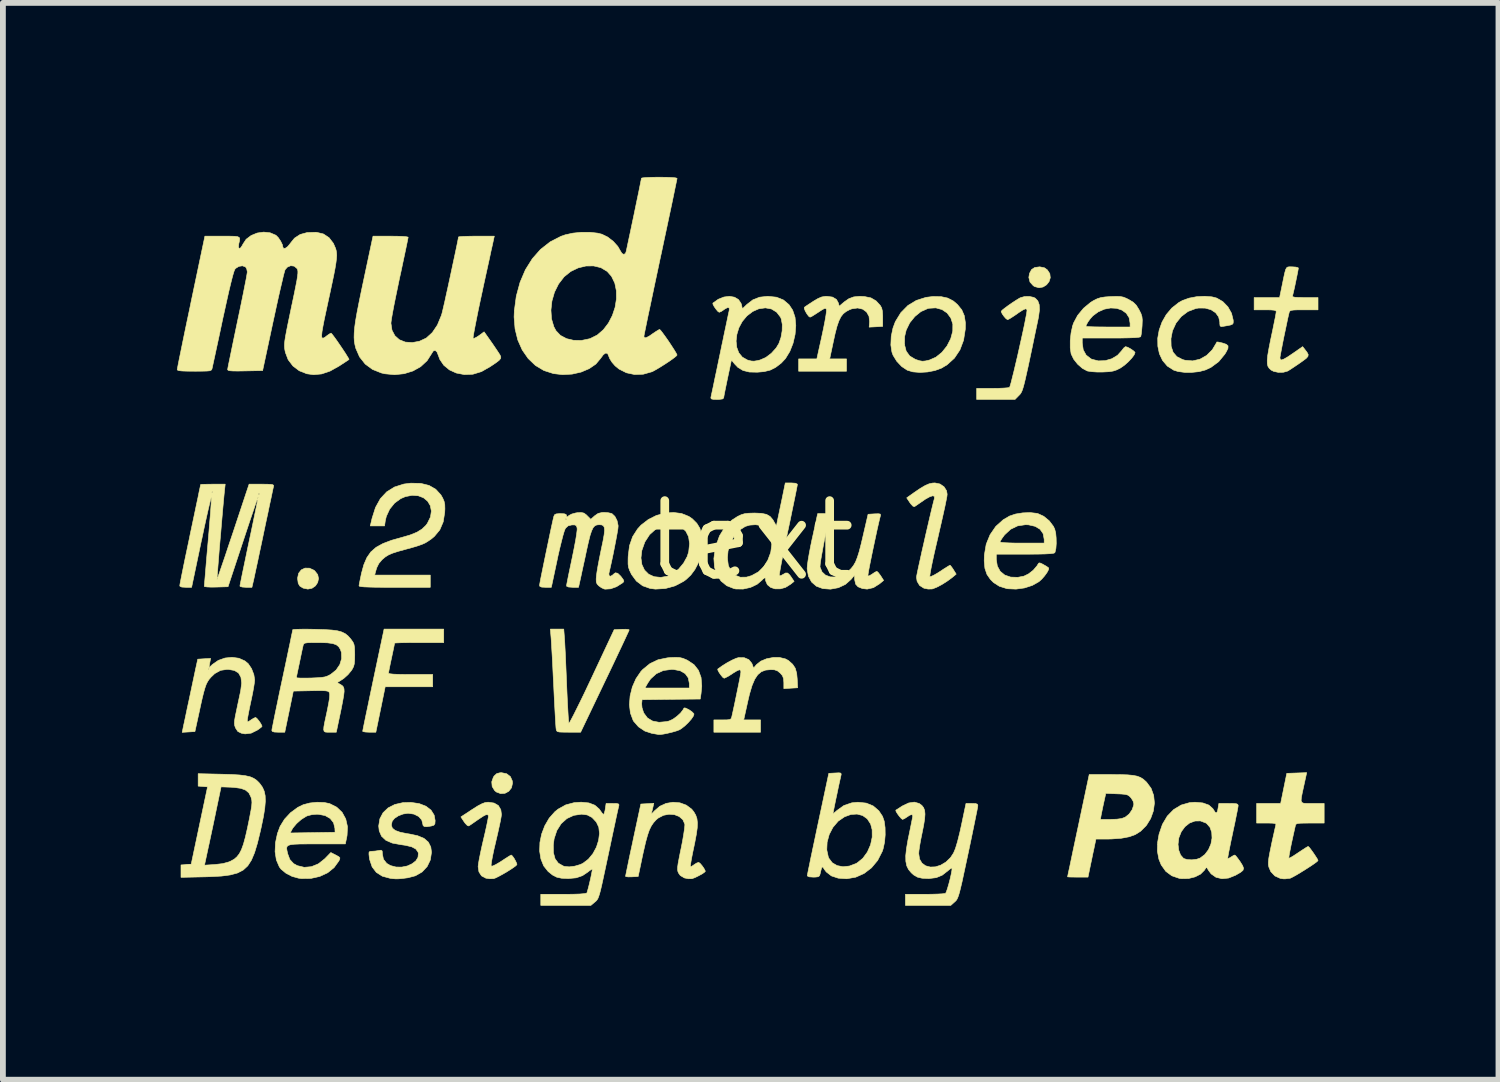
<source format=kicad_pcb>
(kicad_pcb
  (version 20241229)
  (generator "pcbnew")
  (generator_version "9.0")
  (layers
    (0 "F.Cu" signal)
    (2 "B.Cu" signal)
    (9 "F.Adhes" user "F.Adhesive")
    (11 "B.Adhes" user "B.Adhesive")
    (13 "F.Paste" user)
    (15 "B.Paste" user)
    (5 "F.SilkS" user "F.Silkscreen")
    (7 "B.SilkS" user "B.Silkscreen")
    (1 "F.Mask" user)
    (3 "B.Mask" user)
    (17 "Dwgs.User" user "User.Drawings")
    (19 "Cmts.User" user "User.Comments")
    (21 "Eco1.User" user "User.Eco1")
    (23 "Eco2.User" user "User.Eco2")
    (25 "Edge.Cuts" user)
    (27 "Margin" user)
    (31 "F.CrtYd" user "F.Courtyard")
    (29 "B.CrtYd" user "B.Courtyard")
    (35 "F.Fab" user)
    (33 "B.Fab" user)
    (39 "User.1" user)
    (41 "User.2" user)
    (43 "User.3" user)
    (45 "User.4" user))
  (footprint "text"
    (layer "F.Cu")
    (at 9.891 6.27)
    (property "Reference" "text" (at 0 0 0) (layer "F.SilkS") (effects (font (size 1.27 1.27) (thickness 0.15))))
    (attr through_hole)
    (fp_poly (pts (xy -4.207 4.018) (xy -4.143 4.067) (xy -4.11 4.141) (xy -4.106 4.18) (xy -4.124 4.26) (xy -4.171 4.32) (xy -4.236 4.355) (xy -4.311 4.36) (xy -4.384 4.333) (xy -4.414 4.308) (xy -4.457 4.238) (xy -4.464 4.157) (xy -4.436 4.077) (xy -4.422 4.056) (xy -4.379 4.016) (xy -4.322 4.001) (xy -4.294 4) (xy -4.207 4.018)) (stroke (width 0.01) (type solid)) (fill yes) (layer "F.SilkS"))
    (fp_poly (pts (xy 5.065 -4.703) (xy 5.113 -4.668) (xy 5.156 -4.602) (xy 5.164 -4.532) (xy 5.143 -4.466) (xy 5.1 -4.411) (xy 5.04 -4.373) (xy 4.971 -4.36) (xy 4.897 -4.379) (xy 4.872 -4.394) (xy 4.814 -4.458) (xy 4.794 -4.538) (xy 4.806 -4.607) (xy 4.841 -4.673) (xy 4.896 -4.709) (xy 4.98 -4.72) (xy 4.984 -4.72) (xy 5.065 -4.703)) (stroke (width 0.01) (type solid)) (fill yes) (layer "F.SilkS"))
    (fp_poly (pts (xy -7.607 0.474) (xy -7.53 0.509) (xy -7.516 0.52) (xy -7.465 0.584) (xy -7.45 0.654) (xy -7.465 0.721) (xy -7.503 0.779) (xy -7.562 0.82) (xy -7.634 0.835) (xy -7.715 0.818) (xy -7.717 0.817) (xy -7.772 0.783) (xy -7.8 0.736) (xy -7.81 0.662) (xy -7.811 0.643) (xy -7.793 0.562) (xy -7.748 0.504) (xy -7.683 0.473) (xy -7.607 0.474)) (stroke (width 0.01) (type solid)) (fill yes) (layer "F.SilkS"))
    (fp_poly (pts (xy -5.292 1.757) (xy -5.715 1.757) (xy -5.844 1.757) (xy -5.957 1.758) (xy -6.047 1.76) (xy -6.11 1.763) (xy -6.138 1.765) (xy -6.138 1.766) (xy -6.143 1.789) (xy -6.154 1.845) (xy -6.171 1.925) (xy -6.191 2.019) (xy -6.212 2.117) (xy -6.229 2.2) (xy -6.24 2.259) (xy -6.244 2.286) (xy -6.223 2.294) (xy -6.162 2.301) (xy -6.063 2.305) (xy -5.928 2.307) (xy -5.863 2.307) (xy -5.482 2.307) (xy -5.482 2.519) (xy -6.301 2.519) (xy -6.381 2.91) (xy -6.462 3.302) (xy -6.576 3.302) (xy -6.638 3.299) (xy -6.68 3.292) (xy -6.689 3.286) (xy -6.685 3.263) (xy -6.673 3.202) (xy -6.654 3.109) (xy -6.629 2.988) (xy -6.598 2.842) (xy -6.564 2.677) (xy -6.526 2.497) (xy -6.505 2.397) (xy -6.32 1.524) (xy -5.292 1.524) (xy -5.292 1.757)) (stroke (width 0.01) (type solid)) (fill yes) (layer "F.SilkS"))
    (fp_poly (pts (xy -3.21 1.688) (xy -3.206 1.752) (xy -3.201 1.851) (xy -3.194 1.978) (xy -3.188 2.126) (xy -3.181 2.288) (xy -3.174 2.456) (xy -3.173 2.487) (xy -3.166 2.648) (xy -3.159 2.795) (xy -3.152 2.923) (xy -3.146 3.028) (xy -3.14 3.103) (xy -3.136 3.143) (xy -3.135 3.147) (xy -3.123 3.134) (xy -3.096 3.086) (xy -3.055 3.008) (xy -3.002 2.902) (xy -2.938 2.773) (xy -2.866 2.625) (xy -2.788 2.46) (xy -2.738 2.354) (xy -2.354 1.535) (xy -2.225 1.528) (xy -2.157 1.527) (xy -2.11 1.531) (xy -2.095 1.538) (xy -2.104 1.56) (xy -2.13 1.616) (xy -2.17 1.703) (xy -2.223 1.816) (xy -2.287 1.951) (xy -2.36 2.106) (xy -2.441 2.276) (xy -2.514 2.428) (xy -2.932 3.302) (xy -3.138 3.302) (xy -3.232 3.301) (xy -3.293 3.299) (xy -3.328 3.292) (xy -3.345 3.279) (xy -3.352 3.258) (xy -3.353 3.254) (xy -3.357 3.222) (xy -3.362 3.153) (xy -3.368 3.053) (xy -3.375 2.926) (xy -3.383 2.779) (xy -3.391 2.616) (xy -3.396 2.508) (xy -3.405 2.333) (xy -3.413 2.165) (xy -3.421 2.01) (xy -3.429 1.876) (xy -3.435 1.767) (xy -3.44 1.691) (xy -3.442 1.667) (xy -3.454 1.524) (xy -3.223 1.524) (xy -3.21 1.688)) (stroke (width 0.01) (type solid)) (fill yes) (layer "F.SilkS"))
    (fp_poly (pts (xy 3.279 -4.207) (xy 3.395 -4.182) (xy 3.493 -4.131) (xy 3.563 -4.071) (xy 3.638 -3.979) (xy 3.682 -3.877) (xy 3.701 -3.754) (xy 3.699 -3.646) (xy 3.669 -3.455) (xy 3.606 -3.288) (xy 3.511 -3.146) (xy 3.386 -3.033) (xy 3.288 -2.974) (xy 3.176 -2.933) (xy 3.048 -2.908) (xy 2.916 -2.9) (xy 2.794 -2.91) (xy 2.698 -2.939) (xy 2.603 -3.002) (xy 2.518 -3.092) (xy 2.454 -3.196) (xy 2.434 -3.251) (xy 2.415 -3.377) (xy 2.416 -3.379) (xy 2.651 -3.379) (xy 2.68 -3.267) (xy 2.741 -3.183) (xy 2.835 -3.127) (xy 2.847 -3.122) (xy 2.912 -3.101) (xy 2.961 -3.093) (xy 3.013 -3.098) (xy 3.082 -3.114) (xy 3.193 -3.163) (xy 3.296 -3.246) (xy 3.383 -3.355) (xy 3.448 -3.482) (xy 3.483 -3.612) (xy 3.484 -3.733) (xy 3.449 -3.839) (xy 3.385 -3.925) (xy 3.297 -3.984) (xy 3.191 -4.013) (xy 3.072 -4.006) (xy 3.051 -4.001) (xy 2.934 -3.949) (xy 2.829 -3.864) (xy 2.741 -3.755) (xy 2.68 -3.63) (xy 2.653 -3.518) (xy 2.651 -3.379) (xy 2.416 -3.379) (xy 2.422 -3.52) (xy 2.452 -3.664) (xy 2.493 -3.775) (xy 2.588 -3.93) (xy 2.709 -4.053) (xy 2.854 -4.141) (xy 3.021 -4.194) (xy 3.135 -4.208) (xy 3.279 -4.207)) (stroke (width 0.01) (type solid)) (fill yes) (layer "F.SilkS"))
    (fp_poly (pts (xy -1.192 -0.468) (xy -1.067 -0.418) (xy -1.007 -0.377) (xy -0.929 -0.299) (xy -0.877 -0.214) (xy -0.847 -0.111) (xy -0.837 0.021) (xy -0.837 0.053) (xy -0.839 0.154) (xy -0.847 0.229) (xy -0.864 0.294) (xy -0.893 0.363) (xy -0.896 0.37) (xy -0.962 0.497) (xy -1.033 0.593) (xy -1.116 0.671) (xy -1.154 0.699) (xy -1.305 0.779) (xy -1.472 0.825) (xy -1.643 0.835) (xy -1.736 0.823) (xy -1.863 0.778) (xy -1.971 0.696) (xy -2.055 0.582) (xy -2.06 0.571) (xy -2.089 0.511) (xy -2.106 0.461) (xy -2.114 0.405) (xy -2.114 0.331) (xy -2.113 0.298) (xy -1.892 0.298) (xy -1.876 0.412) (xy -1.831 0.507) (xy -1.76 0.578) (xy -1.666 0.621) (xy -1.551 0.633) (xy -1.437 0.613) (xy -1.337 0.567) (xy -1.241 0.488) (xy -1.157 0.387) (xy -1.095 0.274) (xy -1.069 0.192) (xy -1.054 0.051) (xy -1.071 -0.068) (xy -1.119 -0.163) (xy -1.195 -0.231) (xy -1.298 -0.269) (xy -1.374 -0.275) (xy -1.514 -0.255) (xy -1.639 -0.197) (xy -1.743 -0.104) (xy -1.824 0.021) (xy -1.827 0.028) (xy -1.877 0.169) (xy -1.892 0.298) (xy -2.113 0.298) (xy -2.112 0.265) (xy -2.089 0.085) (xy -2.036 -0.068) (xy -1.951 -0.201) (xy -1.89 -0.268) (xy -1.766 -0.364) (xy -1.627 -0.434) (xy -1.48 -0.475) (xy -1.332 -0.486) (xy -1.192 -0.468)) (stroke (width 0.01) (type solid)) (fill yes) (layer "F.SilkS"))
    (fp_poly (pts (xy 4.876 -4.194) (xy 4.905 -4.18) (xy 4.949 -4.134) (xy 4.973 -4.068) (xy 4.977 -3.977) (xy 4.961 -3.856) (xy 4.951 -3.805) (xy 4.897 -3.549) (xy 4.852 -3.331) (xy 4.813 -3.147) (xy 4.781 -2.996) (xy 4.753 -2.872) (xy 4.731 -2.774) (xy 4.712 -2.697) (xy 4.696 -2.639) (xy 4.682 -2.596) (xy 4.669 -2.565) (xy 4.656 -2.542) (xy 4.644 -2.525) (xy 4.629 -2.509) (xy 4.623 -2.503) (xy 4.555 -2.434) (xy 3.895 -2.434) (xy 3.895 -2.625) (xy 4.165 -2.625) (xy 4.269 -2.626) (xy 4.359 -2.63) (xy 4.426 -2.635) (xy 4.46 -2.642) (xy 4.461 -2.642) (xy 4.471 -2.666) (xy 4.488 -2.724) (xy 4.51 -2.812) (xy 4.538 -2.923) (xy 4.568 -3.051) (xy 4.601 -3.19) (xy 4.633 -3.334) (xy 4.665 -3.477) (xy 4.695 -3.613) (xy 4.721 -3.735) (xy 4.741 -3.839) (xy 4.756 -3.916) (xy 4.762 -3.963) (xy 4.763 -3.969) (xy 4.756 -3.993) (xy 4.734 -3.996) (xy 4.69 -3.976) (xy 4.621 -3.932) (xy 4.584 -3.905) (xy 4.517 -3.86) (xy 4.463 -3.826) (xy 4.431 -3.81) (xy 4.428 -3.81) (xy 4.402 -3.826) (xy 4.368 -3.864) (xy 4.336 -3.909) (xy 4.319 -3.946) (xy 4.318 -3.952) (xy 4.334 -3.972) (xy 4.377 -4.007) (xy 4.438 -4.052) (xy 4.507 -4.1) (xy 4.576 -4.145) (xy 4.635 -4.181) (xy 4.65 -4.188) (xy 4.72 -4.208) (xy 4.802 -4.21) (xy 4.876 -4.194)) (stroke (width 0.01) (type solid)) (fill yes) (layer "F.SilkS"))
    (fp_poly (pts (xy 1.41 -4.199) (xy 1.478 -4.158) (xy 1.512 -4.095) (xy 1.525 -4.041) (xy 1.613 -4.116) (xy 1.692 -4.171) (xy 1.776 -4.202) (xy 1.877 -4.212) (xy 1.96 -4.208) (xy 2.072 -4.185) (xy 2.161 -4.133) (xy 2.232 -4.056) (xy 2.257 -4.012) (xy 2.27 -3.957) (xy 2.275 -3.878) (xy 2.275 -3.846) (xy 2.275 -3.694) (xy 2.159 -3.687) (xy 2.042 -3.681) (xy 2.049 -3.774) (xy 2.039 -3.868) (xy 1.997 -3.942) (xy 1.93 -3.991) (xy 1.844 -4.011) (xy 1.745 -3.997) (xy 1.707 -3.983) (xy 1.646 -3.951) (xy 1.596 -3.912) (xy 1.555 -3.86) (xy 1.52 -3.789) (xy 1.487 -3.694) (xy 1.454 -3.567) (xy 1.421 -3.415) (xy 1.361 -3.133) (xy 1.651 -3.133) (xy 1.651 -2.921) (xy 0.826 -2.921) (xy 0.826 -3.133) (xy 1.14 -3.133) (xy 1.171 -3.276) (xy 1.217 -3.482) (xy 1.253 -3.65) (xy 1.279 -3.782) (xy 1.296 -3.88) (xy 1.305 -3.946) (xy 1.306 -3.983) (xy 1.305 -3.989) (xy 1.293 -4.004) (xy 1.269 -4.001) (xy 1.225 -3.977) (xy 1.166 -3.938) (xy 1.101 -3.896) (xy 1.051 -3.865) (xy 1.023 -3.853) (xy 1.022 -3.853) (xy 0.999 -3.869) (xy 0.969 -3.909) (xy 0.941 -3.957) (xy 0.924 -4) (xy 0.924 -4.022) (xy 0.95 -4.041) (xy 1.001 -4.075) (xy 1.067 -4.118) (xy 1.077 -4.125) (xy 1.16 -4.174) (xy 1.224 -4.201) (xy 1.285 -4.211) (xy 1.311 -4.212) (xy 1.41 -4.199)) (stroke (width 0.01) (type solid)) (fill yes) (layer "F.SilkS"))
    (fp_poly (pts (xy 6.373 4.033) (xy 6.496 4.037) (xy 6.59 4.046) (xy 6.662 4.06) (xy 6.719 4.082) (xy 6.768 4.113) (xy 6.814 4.154) (xy 6.824 4.164) (xy 6.902 4.27) (xy 6.946 4.392) (xy 6.959 4.524) (xy 6.941 4.659) (xy 6.894 4.79) (xy 6.821 4.908) (xy 6.722 5.008) (xy 6.63 5.066) (xy 6.526 5.104) (xy 6.388 5.13) (xy 6.223 5.142) (xy 6.15 5.144) (xy 5.951 5.144) (xy 5.93 5.244) (xy 5.917 5.308) (xy 5.897 5.399) (xy 5.876 5.503) (xy 5.861 5.572) (xy 5.814 5.8) (xy 5.637 5.8) (xy 5.557 5.799) (xy 5.496 5.798) (xy 5.464 5.795) (xy 5.462 5.794) (xy 5.466 5.773) (xy 5.478 5.715) (xy 5.498 5.624) (xy 5.523 5.504) (xy 5.553 5.36) (xy 5.588 5.196) (xy 5.626 5.017) (xy 5.649 4.911) (xy 5.671 4.805) (xy 6.028 4.805) (xy 6.205 4.805) (xy 6.314 4.801) (xy 6.393 4.79) (xy 6.453 4.768) (xy 6.456 4.766) (xy 6.523 4.713) (xy 6.575 4.638) (xy 6.602 4.559) (xy 6.604 4.536) (xy 6.591 4.489) (xy 6.558 4.436) (xy 6.553 4.43) (xy 6.525 4.402) (xy 6.496 4.384) (xy 6.453 4.373) (xy 6.388 4.367) (xy 6.312 4.364) (xy 6.121 4.356) (xy 6.089 4.501) (xy 6.07 4.588) (xy 6.053 4.671) (xy 6.042 4.725) (xy 6.028 4.805) (xy 5.671 4.805) (xy 5.835 4.032) (xy 6.214 4.032) (xy 6.373 4.033)) (stroke (width 0.01) (type solid)) (fill yes) (layer "F.SilkS"))
    (fp_poly (pts (xy 7.951 -4.203) (xy 8.032 -4.182) (xy 8.138 -4.121) (xy 8.226 -4.03) (xy 8.288 -3.92) (xy 8.317 -3.802) (xy 8.318 -3.773) (xy 8.316 -3.748) (xy 8.302 -3.73) (xy 8.269 -3.717) (xy 8.207 -3.705) (xy 8.154 -3.696) (xy 8.111 -3.69) (xy 8.091 -3.702) (xy 8.086 -3.74) (xy 8.086 -3.77) (xy 8.066 -3.857) (xy 8.014 -3.929) (xy 7.934 -3.981) (xy 7.834 -4.009) (xy 7.722 -4.01) (xy 7.673 -4.002) (xy 7.538 -3.951) (xy 7.423 -3.865) (xy 7.332 -3.752) (xy 7.27 -3.617) (xy 7.244 -3.483) (xy 7.247 -3.351) (xy 7.281 -3.248) (xy 7.346 -3.172) (xy 7.444 -3.122) (xy 7.487 -3.11) (xy 7.618 -3.099) (xy 7.744 -3.128) (xy 7.859 -3.193) (xy 7.957 -3.291) (xy 8.033 -3.418) (xy 8.035 -3.425) (xy 8.056 -3.424) (xy 8.103 -3.414) (xy 8.136 -3.406) (xy 8.198 -3.385) (xy 8.228 -3.358) (xy 8.227 -3.316) (xy 8.196 -3.253) (xy 8.173 -3.215) (xy 8.067 -3.086) (xy 7.933 -2.987) (xy 7.836 -2.942) (xy 7.73 -2.914) (xy 7.606 -2.901) (xy 7.48 -2.901) (xy 7.366 -2.916) (xy 7.292 -2.939) (xy 7.181 -3.01) (xy 7.099 -3.107) (xy 7.045 -3.222) (xy 7.018 -3.352) (xy 7.016 -3.49) (xy 7.041 -3.63) (xy 7.09 -3.767) (xy 7.163 -3.896) (xy 7.259 -4.01) (xy 7.378 -4.104) (xy 7.445 -4.141) (xy 7.557 -4.181) (xy 7.689 -4.206) (xy 7.825 -4.213) (xy 7.951 -4.203)) (stroke (width 0.01) (type solid)) (fill yes) (layer "F.SilkS"))
    (fp_poly (pts (xy -9.118 4.026) (xy -8.948 4.031) (xy -8.814 4.039) (xy -8.71 4.052) (xy -8.63 4.07) (xy -8.567 4.097) (xy -8.516 4.132) (xy -8.47 4.178) (xy -8.461 4.189) (xy -8.417 4.25) (xy -8.387 4.318) (xy -8.37 4.397) (xy -8.367 4.493) (xy -8.377 4.612) (xy -8.4 4.757) (xy -8.437 4.936) (xy -8.455 5.016) (xy -8.504 5.217) (xy -8.553 5.379) (xy -8.607 5.507) (xy -8.67 5.605) (xy -8.749 5.678) (xy -8.848 5.729) (xy -8.971 5.762) (xy -9.124 5.782) (xy -9.312 5.792) (xy -9.403 5.795) (xy -9.821 5.804) (xy -9.821 5.594) (xy -9.416 5.594) (xy -9.239 5.583) (xy -9.1 5.567) (xy -8.993 5.537) (xy -8.964 5.524) (xy -8.906 5.492) (xy -8.858 5.451) (xy -8.816 5.398) (xy -8.779 5.327) (xy -8.745 5.234) (xy -8.712 5.114) (xy -8.677 4.962) (xy -8.638 4.774) (xy -8.635 4.755) (xy -8.614 4.646) (xy -8.602 4.569) (xy -8.598 4.514) (xy -8.601 4.472) (xy -8.611 4.432) (xy -8.616 4.417) (xy -8.651 4.348) (xy -8.706 4.301) (xy -8.787 4.27) (xy -8.9 4.254) (xy -8.962 4.25) (xy -9.13 4.244) (xy -9.21 4.625) (xy -9.241 4.775) (xy -9.275 4.937) (xy -9.309 5.096) (xy -9.339 5.237) (xy -9.353 5.3) (xy -9.416 5.594) (xy -9.821 5.594) (xy -9.821 5.59) (xy -9.733 5.584) (xy -9.645 5.577) (xy -9.363 4.244) (xy -9.525 4.231) (xy -9.525 4.017) (xy -9.118 4.026)) (stroke (width 0.01) (type solid)) (fill yes) (layer "F.SilkS"))
    (fp_poly (pts (xy -4.424 4.523) (xy -4.35 4.566) (xy -4.308 4.638) (xy -4.297 4.72) (xy -4.302 4.759) (xy -4.315 4.832) (xy -4.336 4.93) (xy -4.362 5.048) (xy -4.392 5.176) (xy -4.394 5.186) (xy -4.426 5.321) (xy -4.45 5.436) (xy -4.467 5.527) (xy -4.475 5.587) (xy -4.473 5.611) (xy -4.448 5.608) (xy -4.396 5.584) (xy -4.324 5.542) (xy -4.296 5.524) (xy -4.225 5.477) (xy -4.168 5.441) (xy -4.133 5.421) (xy -4.128 5.419) (xy -4.108 5.436) (xy -4.079 5.476) (xy -4.052 5.525) (xy -4.033 5.567) (xy -4.031 5.586) (xy -4.059 5.612) (xy -4.114 5.651) (xy -4.186 5.697) (xy -4.265 5.744) (xy -4.34 5.785) (xy -4.401 5.815) (xy -4.434 5.826) (xy -4.502 5.828) (xy -4.566 5.818) (xy -4.641 5.778) (xy -4.685 5.709) (xy -4.699 5.62) (xy -4.694 5.573) (xy -4.68 5.492) (xy -4.659 5.387) (xy -4.633 5.266) (xy -4.605 5.145) (xy -4.576 5.022) (xy -4.552 4.913) (xy -4.534 4.825) (xy -4.523 4.764) (xy -4.521 4.738) (xy -4.522 4.737) (xy -4.539 4.723) (xy -4.567 4.726) (xy -4.613 4.75) (xy -4.684 4.797) (xy -4.706 4.812) (xy -4.772 4.858) (xy -4.827 4.896) (xy -4.858 4.916) (xy -4.86 4.918) (xy -4.885 4.91) (xy -4.921 4.873) (xy -4.94 4.847) (xy -4.996 4.762) (xy -4.803 4.635) (xy -4.707 4.574) (xy -4.635 4.536) (xy -4.58 4.515) (xy -4.532 4.509) (xy -4.528 4.508) (xy -4.424 4.523)) (stroke (width 0.01) (type solid)) (fill yes) (layer "F.SilkS"))
    (fp_poly (pts (xy 0.498 2.014) (xy 0.598 2.038) (xy 0.65 2.066) (xy 0.722 2.13) (xy 0.767 2.198) (xy 0.792 2.285) (xy 0.801 2.38) (xy 0.809 2.536) (xy 0.69 2.543) (xy 0.571 2.551) (xy 0.571 2.448) (xy 0.566 2.377) (xy 0.546 2.326) (xy 0.51 2.284) (xy 0.461 2.244) (xy 0.409 2.226) (xy 0.346 2.223) (xy 0.257 2.231) (xy 0.183 2.259) (xy 0.121 2.311) (xy 0.069 2.389) (xy 0.022 2.5) (xy -0.021 2.645) (xy -0.051 2.773) (xy -0.121 3.09) (xy 0.169 3.09) (xy 0.169 3.302) (xy -0.635 3.302) (xy -0.635 3.09) (xy -0.487 3.09) (xy -0.409 3.089) (xy -0.364 3.084) (xy -0.34 3.071) (xy -0.33 3.048) (xy -0.328 3.043) (xy -0.306 2.944) (xy -0.281 2.83) (xy -0.256 2.709) (xy -0.231 2.588) (xy -0.208 2.476) (xy -0.189 2.38) (xy -0.176 2.308) (xy -0.17 2.268) (xy -0.169 2.264) (xy -0.175 2.233) (xy -0.196 2.226) (xy -0.237 2.243) (xy -0.305 2.284) (xy -0.323 2.297) (xy -0.385 2.336) (xy -0.435 2.362) (xy -0.458 2.371) (xy -0.481 2.356) (xy -0.512 2.319) (xy -0.544 2.274) (xy -0.565 2.235) (xy -0.569 2.214) (xy -0.493 2.159) (xy -0.407 2.105) (xy -0.321 2.059) (xy -0.249 2.027) (xy -0.21 2.016) (xy -0.11 2.018) (xy -0.033 2.051) (xy 0.018 2.113) (xy 0.024 2.127) (xy 0.049 2.197) (xy 0.099 2.137) (xy 0.174 2.077) (xy 0.273 2.036) (xy 0.386 2.014) (xy 0.498 2.014)) (stroke (width 0.01) (type solid)) (fill yes) (layer "F.SilkS"))
    (fp_poly (pts (xy -7.349 4.514) (xy -7.258 4.533) (xy -7.137 4.594) (xy -7.043 4.684) (xy -6.981 4.798) (xy -6.951 4.931) (xy -6.958 5.078) (xy -6.963 5.108) (xy -6.988 5.228) (xy -7.482 5.228) (xy -7.647 5.228) (xy -7.774 5.229) (xy -7.868 5.233) (xy -7.933 5.241) (xy -7.973 5.254) (xy -7.994 5.274) (xy -8 5.303) (xy -7.994 5.342) (xy -7.983 5.393) (xy -7.982 5.397) (xy -7.945 5.496) (xy -7.88 5.567) (xy -7.816 5.602) (xy -7.696 5.631) (xy -7.573 5.62) (xy -7.453 5.571) (xy -7.343 5.484) (xy -7.339 5.48) (xy -7.238 5.376) (xy -7.154 5.419) (xy -7.102 5.447) (xy -7.082 5.468) (xy -7.087 5.496) (xy -7.101 5.523) (xy -7.182 5.635) (xy -7.293 5.725) (xy -7.429 5.788) (xy -7.581 5.822) (xy -7.745 5.824) (xy -7.795 5.818) (xy -7.907 5.787) (xy -8.011 5.733) (xy -8.095 5.664) (xy -8.126 5.623) (xy -8.177 5.504) (xy -8.199 5.362) (xy -8.192 5.207) (xy -8.158 5.046) (xy -8.155 5.039) (xy -7.939 5.039) (xy -7.552 5.033) (xy -7.165 5.027) (xy -7.168 4.958) (xy -7.191 4.863) (xy -7.249 4.789) (xy -7.336 4.739) (xy -7.449 4.717) (xy -7.484 4.716) (xy -7.564 4.723) (xy -7.64 4.742) (xy -7.665 4.753) (xy -7.75 4.807) (xy -7.831 4.879) (xy -7.894 4.955) (xy -7.908 4.98) (xy -7.939 5.039) (xy -8.155 5.039) (xy -8.113 4.926) (xy -8.037 4.802) (xy -7.932 4.689) (xy -7.808 4.598) (xy -7.714 4.552) (xy -7.6 4.522) (xy -7.473 4.509) (xy -7.349 4.514)) (stroke (width 0.01) (type solid)) (fill yes) (layer "F.SilkS"))
    (fp_poly (pts (xy 3.262 -0.977) (xy 3.332 -0.929) (xy 3.376 -0.86) (xy 3.386 -0.801) (xy 3.382 -0.763) (xy 3.368 -0.69) (xy 3.347 -0.587) (xy 3.319 -0.46) (xy 3.286 -0.313) (xy 3.249 -0.153) (xy 3.229 -0.064) (xy 3.191 0.098) (xy 3.157 0.247) (xy 3.129 0.377) (xy 3.107 0.485) (xy 3.093 0.564) (xy 3.087 0.61) (xy 3.088 0.62) (xy 3.112 0.616) (xy 3.161 0.593) (xy 3.228 0.554) (xy 3.265 0.53) (xy 3.336 0.483) (xy 3.394 0.447) (xy 3.429 0.426) (xy 3.436 0.423) (xy 3.452 0.44) (xy 3.482 0.481) (xy 3.494 0.5) (xy 3.542 0.577) (xy 3.47 0.637) (xy 3.384 0.7) (xy 3.292 0.758) (xy 3.204 0.804) (xy 3.134 0.831) (xy 3.122 0.833) (xy 3.057 0.834) (xy 2.988 0.82) (xy 2.985 0.819) (xy 2.912 0.773) (xy 2.868 0.7) (xy 2.858 0.632) (xy 2.862 0.602) (xy 2.875 0.536) (xy 2.895 0.442) (xy 2.921 0.325) (xy 2.95 0.192) (xy 2.983 0.048) (xy 3.016 -0.099) (xy 3.05 -0.245) (xy 3.082 -0.383) (xy 3.111 -0.506) (xy 3.136 -0.609) (xy 3.155 -0.685) (xy 3.166 -0.725) (xy 3.167 -0.763) (xy 3.139 -0.774) (xy 3.086 -0.757) (xy 3.01 -0.715) (xy 2.98 -0.694) (xy 2.913 -0.648) (xy 2.858 -0.61) (xy 2.825 -0.588) (xy 2.823 -0.587) (xy 2.797 -0.594) (xy 2.761 -0.632) (xy 2.744 -0.655) (xy 2.689 -0.738) (xy 2.821 -0.832) (xy 2.926 -0.903) (xy 3.008 -0.951) (xy 3.075 -0.98) (xy 3.136 -0.993) (xy 3.176 -0.995) (xy 3.262 -0.977)) (stroke (width 0.01) (type solid)) (fill yes) (layer "F.SilkS"))
    (fp_poly (pts (xy -5.687 -0.987) (xy -5.545 -0.952) (xy -5.43 -0.886) (xy -5.341 -0.789) (xy -5.31 -0.735) (xy -5.286 -0.679) (xy -5.274 -0.622) (xy -5.272 -0.548) (xy -5.275 -0.487) (xy -5.301 -0.324) (xy -5.36 -0.186) (xy -5.453 -0.074) (xy -5.504 -0.031) (xy -5.559 0.007) (xy -5.609 0.038) (xy -5.665 0.063) (xy -5.735 0.088) (xy -5.828 0.116) (xy -5.952 0.15) (xy -6.079 0.185) (xy -6.172 0.215) (xy -6.242 0.245) (xy -6.296 0.278) (xy -6.344 0.318) (xy -6.358 0.331) (xy -6.411 0.394) (xy -6.447 0.467) (xy -6.469 0.541) (xy -6.482 0.593) (xy -5.524 0.593) (xy -5.524 0.804) (xy -6.138 0.804) (xy -6.324 0.804) (xy -6.471 0.803) (xy -6.582 0.8) (xy -6.663 0.797) (xy -6.715 0.792) (xy -6.744 0.786) (xy -6.752 0.778) (xy -6.747 0.746) (xy -6.735 0.685) (xy -6.718 0.603) (xy -6.71 0.563) (xy -6.669 0.414) (xy -6.617 0.293) (xy -6.549 0.195) (xy -6.458 0.115) (xy -6.34 0.05) (xy -6.19 -0.007) (xy -6.032 -0.051) (xy -5.877 -0.096) (xy -5.757 -0.144) (xy -5.667 -0.199) (xy -5.6 -0.263) (xy -5.574 -0.298) (xy -5.52 -0.408) (xy -5.505 -0.51) (xy -5.523 -0.603) (xy -5.569 -0.68) (xy -5.64 -0.739) (xy -5.731 -0.774) (xy -5.837 -0.782) (xy -5.954 -0.759) (xy -6.035 -0.724) (xy -6.139 -0.648) (xy -6.224 -0.543) (xy -6.281 -0.42) (xy -6.299 -0.346) (xy -6.312 -0.254) (xy -6.558 -0.254) (xy -6.527 -0.386) (xy -6.468 -0.572) (xy -6.384 -0.724) (xy -6.275 -0.841) (xy -6.14 -0.925) (xy -5.979 -0.976) (xy -5.858 -0.991) (xy -5.687 -0.987)) (stroke (width 0.01) (type solid)) (fill yes) (layer "F.SilkS"))
    (fp_poly (pts (xy 9.534 4.227) (xy 9.508 4.346) (xy 9.492 4.428) (xy 9.488 4.482) (xy 9.501 4.513) (xy 9.533 4.527) (xy 9.588 4.53) (xy 9.668 4.53) (xy 9.684 4.53) (xy 9.885 4.53) (xy 9.885 4.868) (xy 9.642 4.868) (xy 9.537 4.869) (xy 9.468 4.871) (xy 9.425 4.876) (xy 9.402 4.886) (xy 9.392 4.902) (xy 9.388 4.916) (xy 9.348 5.095) (xy 9.316 5.243) (xy 9.294 5.355) (xy 9.28 5.432) (xy 9.276 5.47) (xy 9.277 5.474) (xy 9.297 5.467) (xy 9.344 5.441) (xy 9.408 5.399) (xy 9.441 5.377) (xy 9.512 5.33) (xy 9.569 5.293) (xy 9.604 5.273) (xy 9.61 5.271) (xy 9.628 5.287) (xy 9.659 5.327) (xy 9.698 5.381) (xy 9.736 5.438) (xy 9.766 5.485) (xy 9.779 5.513) (xy 9.779 5.514) (xy 9.762 5.532) (xy 9.717 5.566) (xy 9.651 5.611) (xy 9.573 5.661) (xy 9.491 5.712) (xy 9.414 5.759) (xy 9.349 5.795) (xy 9.305 5.817) (xy 9.292 5.821) (xy 9.243 5.825) (xy 9.225 5.829) (xy 9.186 5.83) (xy 9.13 5.822) (xy 9.127 5.821) (xy 9.035 5.779) (xy 8.965 5.705) (xy 8.932 5.627) (xy 8.924 5.587) (xy 8.924 5.539) (xy 8.931 5.473) (xy 8.947 5.384) (xy 8.972 5.262) (xy 8.975 5.245) (xy 8.999 5.135) (xy 9.021 5.037) (xy 9.038 4.96) (xy 9.049 4.914) (xy 9.051 4.905) (xy 9.053 4.887) (xy 9.038 4.876) (xy 8.999 4.87) (xy 8.929 4.868) (xy 8.891 4.868) (xy 8.721 4.868) (xy 8.721 4.53) (xy 9.135 4.53) (xy 9.241 4.011) (xy 9.413 4.005) (xy 9.584 3.999) (xy 9.534 4.227)) (stroke (width 0.01) (type solid)) (fill yes) (layer "F.SilkS"))
    (fp_poly (pts (xy -1.225 2.015) (xy -1.17 2.028) (xy -1.11 2.053) (xy -1.089 2.063) (xy -0.978 2.137) (xy -0.901 2.235) (xy -0.856 2.358) (xy -0.844 2.507) (xy -0.856 2.634) (xy -0.87 2.73) (xy -1.372 2.735) (xy -1.873 2.741) (xy -1.88 2.811) (xy -1.874 2.879) (xy -1.849 2.957) (xy -1.842 2.973) (xy -1.78 3.057) (xy -1.691 3.11) (xy -1.58 3.131) (xy -1.45 3.119) (xy -1.408 3.109) (xy -1.344 3.08) (xy -1.274 3.03) (xy -1.21 2.972) (xy -1.167 2.916) (xy -1.159 2.9) (xy -1.147 2.883) (xy -1.121 2.886) (xy -1.071 2.911) (xy -1.066 2.913) (xy -1.015 2.948) (xy -0.983 2.98) (xy -0.978 2.989) (xy -0.989 3.024) (xy -1.024 3.076) (xy -1.076 3.135) (xy -1.136 3.193) (xy -1.196 3.24) (xy -1.228 3.26) (xy -1.278 3.279) (xy -1.35 3.3) (xy -1.432 3.32) (xy -1.508 3.335) (xy -1.566 3.342) (xy -1.587 3.342) (xy -1.613 3.337) (xy -1.666 3.328) (xy -1.703 3.322) (xy -1.825 3.282) (xy -1.934 3.209) (xy -2.018 3.113) (xy -2.028 3.095) (xy -2.074 2.971) (xy -2.091 2.828) (xy -2.079 2.676) (xy -2.045 2.54) (xy -1.823 2.54) (xy -1.058 2.54) (xy -1.058 2.46) (xy -1.077 2.365) (xy -1.13 2.292) (xy -1.214 2.243) (xy -1.326 2.221) (xy -1.362 2.219) (xy -1.505 2.238) (xy -1.627 2.293) (xy -1.726 2.383) (xy -1.775 2.455) (xy -1.823 2.54) (xy -2.045 2.54) (xy -2.041 2.523) (xy -1.978 2.38) (xy -1.893 2.255) (xy -1.86 2.22) (xy -1.736 2.119) (xy -1.597 2.053) (xy -1.436 2.02) (xy -1.381 2.015) (xy -1.29 2.012) (xy -1.225 2.015)) (stroke (width 0.01) (type solid)) (fill yes) (layer "F.SilkS"))
    (fp_poly (pts (xy 1.331 -0.464) (xy 1.363 -0.456) (xy 1.37 -0.44) (xy 1.367 -0.429) (xy 1.347 -0.354) (xy 1.324 -0.256) (xy 1.298 -0.141) (xy 1.272 -0.018) (xy 1.248 0.106) (xy 1.227 0.223) (xy 1.209 0.324) (xy 1.198 0.403) (xy 1.194 0.45) (xy 1.195 0.457) (xy 1.229 0.538) (xy 1.289 0.594) (xy 1.37 0.624) (xy 1.464 0.627) (xy 1.562 0.601) (xy 1.658 0.546) (xy 1.684 0.525) (xy 1.732 0.479) (xy 1.772 0.428) (xy 1.807 0.367) (xy 1.838 0.289) (xy 1.87 0.188) (xy 1.904 0.056) (xy 1.933 -0.067) (xy 2.023 -0.455) (xy 2.135 -0.462) (xy 2.2 -0.464) (xy 2.231 -0.459) (xy 2.239 -0.443) (xy 2.236 -0.43) (xy 2.221 -0.372) (xy 2.201 -0.286) (xy 2.177 -0.18) (xy 2.151 -0.059) (xy 2.124 0.068) (xy 2.097 0.196) (xy 2.072 0.318) (xy 2.05 0.427) (xy 2.033 0.516) (xy 2.023 0.578) (xy 2.02 0.608) (xy 2.02 0.609) (xy 2.043 0.606) (xy 2.085 0.582) (xy 2.095 0.575) (xy 2.14 0.545) (xy 2.171 0.53) (xy 2.174 0.529) (xy 2.195 0.546) (xy 2.227 0.587) (xy 2.241 0.607) (xy 2.291 0.685) (xy 2.22 0.744) (xy 2.115 0.81) (xy 2.007 0.835) (xy 1.924 0.825) (xy 1.85 0.795) (xy 1.809 0.75) (xy 1.793 0.679) (xy 1.792 0.67) (xy 1.789 0.596) (xy 1.728 0.669) (xy 1.632 0.754) (xy 1.511 0.811) (xy 1.376 0.836) (xy 1.242 0.826) (xy 1.132 0.785) (xy 1.049 0.713) (xy 0.995 0.613) (xy 0.973 0.489) (xy 0.973 0.476) (xy 0.977 0.423) (xy 0.989 0.336) (xy 1.008 0.225) (xy 1.032 0.098) (xy 1.06 -0.037) (xy 1.063 -0.048) (xy 1.154 -0.466) (xy 1.266 -0.466) (xy 1.331 -0.464)) (stroke (width 0.01) (type solid)) (fill yes) (layer "F.SilkS"))
    (fp_poly (pts (xy -5.714 4.533) (xy -5.598 4.578) (xy -5.511 4.645) (xy -5.457 4.731) (xy -5.44 4.826) (xy -5.444 4.88) (xy -5.462 4.905) (xy -5.506 4.919) (xy -5.584 4.931) (xy -5.629 4.927) (xy -5.649 4.907) (xy -5.652 4.888) (xy -5.671 4.814) (xy -5.725 4.754) (xy -5.805 4.714) (xy -5.905 4.699) (xy -5.91 4.699) (xy -5.992 4.712) (xy -6.074 4.743) (xy -6.141 4.787) (xy -6.18 4.836) (xy -6.181 4.838) (xy -6.195 4.903) (xy -6.178 4.955) (xy -6.129 4.995) (xy -6.044 5.026) (xy -5.921 5.051) (xy -5.891 5.055) (xy -5.743 5.086) (xy -5.632 5.132) (xy -5.557 5.197) (xy -5.515 5.281) (xy -5.503 5.372) (xy -5.523 5.504) (xy -5.578 5.618) (xy -5.665 5.711) (xy -5.78 5.777) (xy -5.909 5.811) (xy -6.003 5.823) (xy -6.068 5.829) (xy -6.12 5.83) (xy -6.17 5.826) (xy -6.217 5.82) (xy -6.35 5.784) (xy -6.453 5.719) (xy -6.526 5.624) (xy -6.568 5.5) (xy -6.574 5.466) (xy -6.581 5.402) (xy -6.579 5.369) (xy -6.563 5.357) (xy -6.535 5.355) (xy -6.475 5.351) (xy -6.416 5.342) (xy -6.372 5.336) (xy -6.353 5.35) (xy -6.35 5.395) (xy -6.35 5.401) (xy -6.331 5.492) (xy -6.275 5.563) (xy -6.21 5.601) (xy -6.114 5.626) (xy -6.015 5.627) (xy -5.92 5.608) (xy -5.838 5.57) (xy -5.773 5.52) (xy -5.735 5.458) (xy -5.729 5.39) (xy -5.736 5.366) (xy -5.773 5.316) (xy -5.843 5.278) (xy -5.949 5.252) (xy -6.032 5.24) (xy -6.179 5.213) (xy -6.289 5.165) (xy -6.364 5.095) (xy -6.404 5.002) (xy -6.413 4.918) (xy -6.393 4.795) (xy -6.338 4.69) (xy -6.251 4.607) (xy -6.136 4.548) (xy -5.996 4.516) (xy -5.856 4.512) (xy -5.714 4.533)) (stroke (width 0.01) (type solid)) (fill yes) (layer "F.SilkS"))
    (fp_poly (pts (xy 4.93 -0.471) (xy 4.949 -0.467) (xy 5.051 -0.42) (xy 5.145 -0.343) (xy 5.217 -0.248) (xy 5.24 -0.2) (xy 5.257 -0.133) (xy 5.265 -0.046) (xy 5.267 0.047) (xy 5.261 0.132) (xy 5.247 0.194) (xy 5.241 0.209) (xy 5.219 0.217) (xy 5.164 0.224) (xy 5.074 0.229) (xy 4.946 0.232) (xy 4.779 0.233) (xy 4.73 0.233) (xy 4.233 0.233) (xy 4.233 0.323) (xy 4.251 0.438) (xy 4.301 0.529) (xy 4.379 0.593) (xy 4.481 0.628) (xy 4.604 0.632) (xy 4.709 0.612) (xy 4.789 0.573) (xy 4.87 0.51) (xy 4.935 0.434) (xy 4.947 0.414) (xy 4.964 0.388) (xy 4.983 0.383) (xy 5.019 0.398) (xy 5.048 0.414) (xy 5.099 0.443) (xy 5.132 0.467) (xy 5.137 0.472) (xy 5.133 0.501) (xy 5.107 0.55) (xy 5.065 0.608) (xy 5.016 0.664) (xy 4.968 0.707) (xy 4.855 0.771) (xy 4.719 0.815) (xy 4.573 0.835) (xy 4.433 0.829) (xy 4.41 0.825) (xy 4.286 0.786) (xy 4.186 0.722) (xy 4.132 0.668) (xy 4.072 0.581) (xy 4.037 0.477) (xy 4.025 0.349) (xy 4.028 0.246) (xy 4.059 0.063) (xy 4.075 0.023) (xy 4.297 0.023) (xy 4.317 0.029) (xy 4.374 0.035) (xy 4.461 0.039) (xy 4.574 0.042) (xy 4.678 0.042) (xy 5.059 0.042) (xy 5.059 -0.022) (xy 5.041 -0.12) (xy 4.988 -0.196) (xy 4.903 -0.247) (xy 4.789 -0.273) (xy 4.736 -0.275) (xy 4.601 -0.255) (xy 4.479 -0.196) (xy 4.376 -0.1) (xy 4.366 -0.087) (xy 4.327 -0.033) (xy 4.302 0.009) (xy 4.297 0.023) (xy 4.075 0.023) (xy 4.126 -0.102) (xy 4.224 -0.245) (xy 4.352 -0.36) (xy 4.463 -0.425) (xy 4.565 -0.459) (xy 4.689 -0.479) (xy 4.817 -0.484) (xy 4.93 -0.471)) (stroke (width 0.01) (type solid)) (fill yes) (layer "F.SilkS"))
    (fp_poly (pts (xy -8.823 2.027) (xy -8.72 2.073) (xy -8.663 2.12) (xy -8.605 2.206) (xy -8.565 2.31) (xy -8.551 2.401) (xy -8.556 2.449) (xy -8.568 2.528) (xy -8.586 2.628) (xy -8.609 2.739) (xy -8.615 2.766) (xy -8.638 2.874) (xy -8.657 2.97) (xy -8.671 3.045) (xy -8.678 3.09) (xy -8.678 3.096) (xy -8.676 3.12) (xy -8.661 3.121) (xy -8.624 3.097) (xy -8.617 3.092) (xy -8.57 3.062) (xy -8.537 3.048) (xy -8.534 3.048) (xy -8.513 3.064) (xy -8.481 3.102) (xy -8.449 3.148) (xy -8.428 3.188) (xy -8.424 3.201) (xy -8.44 3.218) (xy -8.481 3.249) (xy -8.504 3.265) (xy -8.611 3.318) (xy -8.716 3.331) (xy -8.78 3.319) (xy -8.841 3.289) (xy -8.88 3.23) (xy -8.881 3.227) (xy -8.895 3.189) (xy -8.9 3.15) (xy -8.897 3.099) (xy -8.885 3.027) (xy -8.868 2.947) (xy -8.845 2.836) (xy -8.82 2.719) (xy -8.798 2.616) (xy -8.792 2.587) (xy -8.775 2.455) (xy -8.788 2.354) (xy -8.829 2.281) (xy -8.902 2.237) (xy -9.005 2.219) (xy -9.028 2.219) (xy -9.14 2.236) (xy -9.239 2.291) (xy -9.306 2.355) (xy -9.338 2.393) (xy -9.364 2.433) (xy -9.387 2.479) (xy -9.408 2.539) (xy -9.431 2.619) (xy -9.457 2.725) (xy -9.488 2.864) (xy -9.5 2.921) (xy -9.581 3.291) (xy -9.8 3.304) (xy -9.786 3.234) (xy -9.778 3.195) (xy -9.762 3.121) (xy -9.74 3.018) (xy -9.714 2.892) (xy -9.683 2.75) (xy -9.652 2.603) (xy -9.569 2.212) (xy -9.356 2.212) (xy -9.345 2.223) (xy -9.335 2.212) (xy -9.345 2.201) (xy -9.356 2.212) (xy -9.569 2.212) (xy -9.532 2.043) (xy -9.422 2.036) (xy -9.311 2.03) (xy -9.34 2.191) (xy -9.279 2.134) (xy -9.178 2.064) (xy -9.062 2.023) (xy -8.941 2.011) (xy -8.823 2.027)) (stroke (width 0.01) (type solid)) (fill yes) (layer "F.SilkS"))
    (fp_poly (pts (xy 9.327 -4.72) (xy 9.336 -4.72) (xy 9.396 -4.716) (xy 9.434 -4.706) (xy 9.44 -4.699) (xy 9.436 -4.67) (xy 9.425 -4.611) (xy 9.409 -4.532) (xy 9.391 -4.445) (xy 9.373 -4.359) (xy 9.356 -4.286) (xy 9.344 -4.236) (xy 9.342 -4.228) (xy 9.341 -4.212) (xy 9.354 -4.201) (xy 9.387 -4.195) (xy 9.448 -4.192) (xy 9.544 -4.191) (xy 9.555 -4.191) (xy 9.779 -4.191) (xy 9.779 -3.979) (xy 9.537 -3.979) (xy 9.431 -3.979) (xy 9.361 -3.976) (xy 9.317 -3.97) (xy 9.295 -3.959) (xy 9.285 -3.944) (xy 9.284 -3.942) (xy 9.273 -3.898) (xy 9.256 -3.823) (xy 9.236 -3.727) (xy 9.213 -3.618) (xy 9.189 -3.504) (xy 9.167 -3.393) (xy 9.148 -3.294) (xy 9.133 -3.215) (xy 9.124 -3.164) (xy 9.123 -3.151) (xy 9.129 -3.123) (xy 9.15 -3.115) (xy 9.191 -3.13) (xy 9.257 -3.168) (xy 9.346 -3.228) (xy 9.514 -3.345) (xy 9.552 -3.297) (xy 9.591 -3.245) (xy 9.61 -3.208) (xy 9.605 -3.176) (xy 9.574 -3.141) (xy 9.512 -3.095) (xy 9.467 -3.063) (xy 9.389 -3.01) (xy 9.32 -2.964) (xy 9.27 -2.932) (xy 9.257 -2.924) (xy 9.183 -2.903) (xy 9.095 -2.901) (xy 9.013 -2.919) (xy 8.969 -2.942) (xy 8.938 -2.971) (xy 8.916 -3.005) (xy 8.905 -3.05) (xy 8.904 -3.11) (xy 8.912 -3.193) (xy 8.931 -3.303) (xy 8.959 -3.447) (xy 8.973 -3.513) (xy 9 -3.64) (xy 9.023 -3.754) (xy 9.042 -3.847) (xy 9.054 -3.914) (xy 9.059 -3.947) (xy 9.059 -3.949) (xy 9.051 -3.964) (xy 9.022 -3.973) (xy 8.964 -3.978) (xy 8.872 -3.979) (xy 8.678 -3.979) (xy 8.678 -4.191) (xy 9.117 -4.191) (xy 9.164 -4.419) (xy 9.188 -4.536) (xy 9.206 -4.618) (xy 9.221 -4.672) (xy 9.237 -4.703) (xy 9.258 -4.717) (xy 9.287 -4.721) (xy 9.327 -4.72)) (stroke (width 0.01) (type solid)) (fill yes) (layer "F.SilkS"))
    (fp_poly (pts (xy -1.221 4.519) (xy -1.111 4.559) (xy -1.018 4.628) (xy -0.981 4.674) (xy -0.948 4.731) (xy -0.927 4.792) (xy -0.919 4.863) (xy -0.922 4.952) (xy -0.938 5.065) (xy -0.965 5.209) (xy -0.978 5.271) (xy -1.002 5.385) (xy -1.021 5.484) (xy -1.034 5.56) (xy -1.041 5.608) (xy -1.041 5.62) (xy -1.02 5.615) (xy -0.981 5.59) (xy -0.979 5.587) (xy -0.933 5.558) (xy -0.898 5.546) (xy -0.898 5.546) (xy -0.874 5.562) (xy -0.84 5.601) (xy -0.807 5.648) (xy -0.786 5.688) (xy -0.783 5.701) (xy -0.801 5.719) (xy -0.844 5.748) (xy -0.902 5.779) (xy -0.961 5.808) (xy -1.01 5.826) (xy -1.016 5.827) (xy -1.072 5.828) (xy -1.138 5.815) (xy -1.143 5.814) (xy -1.214 5.772) (xy -1.246 5.727) (xy -1.256 5.701) (xy -1.261 5.671) (xy -1.26 5.628) (xy -1.252 5.568) (xy -1.236 5.482) (xy -1.213 5.365) (xy -1.2 5.304) (xy -1.176 5.182) (xy -1.157 5.071) (xy -1.143 4.978) (xy -1.136 4.913) (xy -1.136 4.886) (xy -1.17 4.81) (xy -1.233 4.755) (xy -1.315 4.723) (xy -1.408 4.716) (xy -1.503 4.734) (xy -1.592 4.78) (xy -1.63 4.811) (xy -1.675 4.861) (xy -1.714 4.918) (xy -1.748 4.988) (xy -1.779 5.078) (xy -1.811 5.194) (xy -1.845 5.342) (xy -1.862 5.417) (xy -1.94 5.789) (xy -2.05 5.795) (xy -2.111 5.796) (xy -2.15 5.791) (xy -2.158 5.785) (xy -2.153 5.761) (xy -2.141 5.7) (xy -2.122 5.609) (xy -2.098 5.492) (xy -2.069 5.355) (xy -2.036 5.203) (xy -2.026 5.154) (xy -1.894 4.54) (xy -1.782 4.534) (xy -1.671 4.527) (xy -1.684 4.587) (xy -1.698 4.647) (xy -1.709 4.688) (xy -1.708 4.705) (xy -1.686 4.687) (xy -1.66 4.659) (xy -1.568 4.579) (xy -1.459 4.529) (xy -1.34 4.509) (xy -1.221 4.519)) (stroke (width 0.01) (type solid)) (fill yes) (layer "F.SilkS"))
    (fp_poly (pts (xy 1.552 4.007) (xy 1.56 4.023) (xy 1.556 4.047) (xy 1.545 4.096) (xy 1.528 4.171) (xy 1.508 4.264) (xy 1.487 4.366) (xy 1.465 4.467) (xy 1.446 4.561) (xy 1.431 4.637) (xy 1.421 4.687) (xy 1.418 4.702) (xy 1.432 4.698) (xy 1.466 4.67) (xy 1.487 4.651) (xy 1.607 4.565) (xy 1.743 4.519) (xy 1.847 4.509) (xy 1.992 4.524) (xy 2.111 4.573) (xy 2.208 4.656) (xy 2.272 4.752) (xy 2.301 4.836) (xy 2.316 4.947) (xy 2.318 5.072) (xy 2.307 5.198) (xy 2.282 5.313) (xy 2.268 5.355) (xy 2.188 5.512) (xy 2.081 5.64) (xy 1.954 5.737) (xy 1.81 5.801) (xy 1.655 5.828) (xy 1.509 5.818) (xy 1.391 5.779) (xy 1.302 5.71) (xy 1.269 5.666) (xy 1.248 5.633) (xy 1.233 5.624) (xy 1.221 5.644) (xy 1.207 5.697) (xy 1.197 5.741) (xy 1.186 5.776) (xy 1.164 5.793) (xy 1.119 5.799) (xy 1.079 5.8) (xy 1.008 5.795) (xy 0.977 5.78) (xy 0.975 5.773) (xy 0.98 5.747) (xy 0.992 5.685) (xy 1.012 5.59) (xy 1.037 5.466) (xy 1.066 5.33) (xy 1.311 5.33) (xy 1.337 5.451) (xy 1.348 5.476) (xy 1.406 5.553) (xy 1.489 5.601) (xy 1.59 5.621) (xy 1.701 5.609) (xy 1.815 5.566) (xy 1.836 5.554) (xy 1.933 5.475) (xy 2.011 5.368) (xy 2.066 5.243) (xy 2.094 5.111) (xy 2.093 4.982) (xy 2.067 4.884) (xy 2.009 4.795) (xy 1.929 4.738) (xy 1.833 4.713) (xy 1.727 4.72) (xy 1.617 4.76) (xy 1.511 4.833) (xy 1.505 4.838) (xy 1.417 4.942) (xy 1.353 5.065) (xy 1.317 5.197) (xy 1.311 5.33) (xy 1.066 5.33) (xy 1.068 5.319) (xy 1.103 5.154) (xy 1.141 4.973) (xy 1.161 4.879) (xy 1.346 4.011) (xy 1.457 4.005) (xy 1.521 4.002) (xy 1.552 4.007)) (stroke (width 0.01) (type solid)) (fill yes) (layer "F.SilkS"))
    (fp_poly (pts (xy 7.794 4.521) (xy 7.897 4.558) (xy 7.966 4.619) (xy 7.975 4.634) (xy 8.008 4.684) (xy 8.031 4.693) (xy 8.047 4.662) (xy 8.056 4.614) (xy 8.07 4.53) (xy 8.237 4.53) (xy 8.321 4.531) (xy 8.371 4.535) (xy 8.395 4.545) (xy 8.402 4.563) (xy 8.403 4.567) (xy 8.398 4.598) (xy 8.386 4.664) (xy 8.367 4.757) (xy 8.344 4.872) (xy 8.316 5.001) (xy 8.309 5.037) (xy 8.281 5.167) (xy 8.258 5.281) (xy 8.239 5.375) (xy 8.227 5.442) (xy 8.223 5.476) (xy 8.223 5.479) (xy 8.244 5.474) (xy 8.28 5.453) (xy 8.32 5.428) (xy 8.344 5.419) (xy 8.363 5.435) (xy 8.397 5.478) (xy 8.438 5.535) (xy 8.479 5.601) (xy 8.496 5.648) (xy 8.485 5.684) (xy 8.442 5.719) (xy 8.365 5.763) (xy 8.359 5.767) (xy 8.237 5.816) (xy 8.123 5.827) (xy 8.021 5.803) (xy 7.937 5.744) (xy 7.896 5.69) (xy 7.857 5.626) (xy 7.82 5.682) (xy 7.754 5.748) (xy 7.659 5.796) (xy 7.547 5.824) (xy 7.429 5.826) (xy 7.387 5.821) (xy 7.259 5.777) (xy 7.155 5.7) (xy 7.076 5.589) (xy 7.036 5.49) (xy 7.01 5.352) (xy 7.013 5.235) (xy 7.366 5.235) (xy 7.378 5.335) (xy 7.41 5.419) (xy 7.459 5.475) (xy 7.467 5.48) (xy 7.525 5.498) (xy 7.605 5.502) (xy 7.687 5.492) (xy 7.746 5.472) (xy 7.828 5.411) (xy 7.891 5.327) (xy 7.933 5.23) (xy 7.952 5.127) (xy 7.947 5.028) (xy 7.917 4.942) (xy 7.86 4.876) (xy 7.846 4.867) (xy 7.752 4.831) (xy 7.657 4.833) (xy 7.566 4.867) (xy 7.486 4.93) (xy 7.422 5.017) (xy 7.38 5.123) (xy 7.366 5.235) (xy 7.013 5.235) (xy 7.014 5.202) (xy 7.039 5.059) (xy 7.097 4.89) (xy 7.181 4.748) (xy 7.29 4.636) (xy 7.419 4.558) (xy 7.565 4.516) (xy 7.658 4.509) (xy 7.794 4.521)) (stroke (width 0.01) (type solid)) (fill yes) (layer "F.SilkS"))
    (fp_poly (pts (xy 6.373 -4.208) (xy 6.424 -4.198) (xy 6.476 -4.177) (xy 6.519 -4.155) (xy 6.595 -4.109) (xy 6.647 -4.057) (xy 6.694 -3.981) (xy 6.695 -3.979) (xy 6.727 -3.915) (xy 6.744 -3.862) (xy 6.75 -3.804) (xy 6.747 -3.725) (xy 6.746 -3.7) (xy 6.739 -3.62) (xy 6.731 -3.555) (xy 6.723 -3.518) (xy 6.721 -3.515) (xy 6.694 -3.507) (xy 6.626 -3.5) (xy 6.516 -3.496) (xy 6.365 -3.493) (xy 6.211 -3.493) (xy 5.715 -3.493) (xy 5.715 -3.406) (xy 5.732 -3.289) (xy 5.782 -3.199) (xy 5.864 -3.135) (xy 5.881 -3.127) (xy 5.992 -3.099) (xy 6.111 -3.103) (xy 6.225 -3.136) (xy 6.324 -3.196) (xy 6.395 -3.275) (xy 6.429 -3.32) (xy 6.458 -3.343) (xy 6.463 -3.344) (xy 6.498 -3.334) (xy 6.546 -3.308) (xy 6.592 -3.277) (xy 6.621 -3.25) (xy 6.625 -3.242) (xy 6.609 -3.202) (xy 6.568 -3.147) (xy 6.511 -3.086) (xy 6.445 -3.027) (xy 6.381 -2.982) (xy 6.369 -2.974) (xy 6.306 -2.943) (xy 6.248 -2.924) (xy 6.18 -2.913) (xy 6.088 -2.908) (xy 6.064 -2.907) (xy 5.969 -2.907) (xy 5.88 -2.913) (xy 5.814 -2.923) (xy 5.8 -2.926) (xy 5.717 -2.971) (xy 5.635 -3.043) (xy 5.567 -3.129) (xy 5.525 -3.216) (xy 5.523 -3.221) (xy 5.508 -3.323) (xy 5.508 -3.448) (xy 5.522 -3.58) (xy 5.547 -3.695) (xy 5.779 -3.695) (xy 5.799 -3.691) (xy 5.854 -3.688) (xy 5.939 -3.685) (xy 6.046 -3.684) (xy 6.16 -3.683) (xy 6.54 -3.683) (xy 6.54 -3.748) (xy 6.523 -3.844) (xy 6.474 -3.92) (xy 6.4 -3.974) (xy 6.309 -4.005) (xy 6.205 -4.011) (xy 6.097 -3.991) (xy 5.99 -3.944) (xy 5.898 -3.876) (xy 5.854 -3.827) (xy 5.813 -3.77) (xy 5.785 -3.719) (xy 5.779 -3.695) (xy 5.547 -3.695) (xy 5.549 -3.702) (xy 5.565 -3.751) (xy 5.636 -3.884) (xy 5.738 -4.007) (xy 5.86 -4.108) (xy 5.909 -4.138) (xy 5.973 -4.17) (xy 6.035 -4.19) (xy 6.108 -4.201) (xy 6.208 -4.208) (xy 6.212 -4.208) (xy 6.307 -4.211) (xy 6.373 -4.208)) (stroke (width 0.01) (type solid)) (fill yes) (layer "F.SilkS"))
    (fp_poly (pts (xy -2.79 4.521) (xy -2.688 4.56) (xy -2.611 4.627) (xy -2.593 4.653) (xy -2.562 4.696) (xy -2.539 4.718) (xy -2.536 4.719) (xy -2.525 4.701) (xy -2.512 4.654) (xy -2.507 4.625) (xy -2.493 4.53) (xy -2.377 4.53) (xy -2.311 4.531) (xy -2.279 4.539) (xy -2.271 4.554) (xy -2.273 4.567) (xy -2.28 4.596) (xy -2.295 4.661) (xy -2.316 4.757) (xy -2.342 4.88) (xy -2.373 5.024) (xy -2.407 5.184) (xy -2.434 5.313) (xy -2.479 5.523) (xy -2.516 5.696) (xy -2.546 5.836) (xy -2.57 5.946) (xy -2.59 6.03) (xy -2.607 6.093) (xy -2.622 6.138) (xy -2.635 6.17) (xy -2.649 6.192) (xy -2.663 6.209) (xy -2.68 6.224) (xy -2.69 6.232) (xy -2.755 6.287) (xy -3.619 6.287) (xy -3.619 6.096) (xy -3.229 6.096) (xy -3.066 6.095) (xy -2.945 6.091) (xy -2.865 6.084) (xy -2.827 6.075) (xy -2.824 6.073) (xy -2.815 6.044) (xy -2.799 5.986) (xy -2.78 5.91) (xy -2.761 5.828) (xy -2.745 5.751) (xy -2.734 5.693) (xy -2.731 5.667) (xy -2.745 5.667) (xy -2.78 5.69) (xy -2.799 5.706) (xy -2.899 5.774) (xy -3.008 5.812) (xy -3.14 5.824) (xy -3.152 5.824) (xy -3.261 5.819) (xy -3.344 5.801) (xy -3.416 5.764) (xy -3.492 5.703) (xy -3.569 5.606) (xy -3.617 5.486) (xy -3.639 5.35) (xy -3.635 5.244) (xy -3.403 5.244) (xy -3.401 5.38) (xy -3.372 5.485) (xy -3.316 5.56) (xy -3.232 5.608) (xy -3.207 5.616) (xy -3.128 5.623) (xy -3.033 5.611) (xy -2.938 5.583) (xy -2.893 5.562) (xy -2.799 5.491) (xy -2.72 5.395) (xy -2.66 5.284) (xy -2.622 5.165) (xy -2.607 5.047) (xy -2.619 4.94) (xy -2.661 4.851) (xy -2.736 4.771) (xy -2.818 4.728) (xy -2.914 4.715) (xy -3.05 4.735) (xy -3.169 4.79) (xy -3.268 4.879) (xy -3.342 4.996) (xy -3.389 5.138) (xy -3.403 5.244) (xy -3.635 5.244) (xy -3.634 5.204) (xy -3.604 5.057) (xy -3.55 4.915) (xy -3.474 4.784) (xy -3.376 4.673) (xy -3.32 4.628) (xy -3.189 4.555) (xy -3.043 4.516) (xy -2.923 4.508) (xy -2.79 4.521)) (stroke (width 0.01) (type solid)) (fill yes) (layer "F.SilkS"))
    (fp_poly (pts (xy 0.444 -4.197) (xy 0.564 -4.149) (xy 0.66 -4.068) (xy 0.723 -3.973) (xy 0.764 -3.851) (xy 0.777 -3.709) (xy 0.765 -3.557) (xy 0.73 -3.404) (xy 0.674 -3.262) (xy 0.599 -3.139) (xy 0.526 -3.061) (xy 0.429 -2.987) (xy 0.336 -2.94) (xy 0.23 -2.914) (xy 0.114 -2.904) (xy -0.024 -2.907) (xy -0.133 -2.934) (xy -0.221 -2.987) (xy -0.28 -3.049) (xy -0.332 -3.115) (xy -0.399 -2.801) (xy -0.422 -2.69) (xy -0.442 -2.592) (xy -0.457 -2.516) (xy -0.465 -2.47) (xy -0.466 -2.461) (xy -0.485 -2.443) (xy -0.543 -2.435) (xy -0.58 -2.434) (xy -0.646 -2.436) (xy -0.679 -2.444) (xy -0.687 -2.46) (xy -0.686 -2.471) (xy -0.68 -2.5) (xy -0.666 -2.565) (xy -0.645 -2.662) (xy -0.62 -2.785) (xy -0.589 -2.929) (xy -0.556 -3.089) (xy -0.529 -3.217) (xy -0.494 -3.387) (xy -0.482 -3.441) (xy -0.252 -3.441) (xy -0.241 -3.333) (xy -0.206 -3.239) (xy -0.145 -3.164) (xy -0.059 -3.115) (xy -0.05 -3.112) (xy 0.008 -3.097) (xy 0.056 -3.094) (xy 0.113 -3.103) (xy 0.16 -3.114) (xy 0.259 -3.157) (xy 0.356 -3.23) (xy 0.439 -3.322) (xy 0.486 -3.4) (xy 0.522 -3.504) (xy 0.542 -3.618) (xy 0.544 -3.728) (xy 0.527 -3.82) (xy 0.515 -3.851) (xy 0.447 -3.939) (xy 0.357 -3.994) (xy 0.253 -4.013) (xy 0.139 -3.997) (xy 0.035 -3.951) (xy -0.066 -3.874) (xy -0.146 -3.778) (xy -0.204 -3.67) (xy -0.239 -3.555) (xy -0.252 -3.441) (xy -0.482 -3.441) (xy -0.461 -3.544) (xy -0.431 -3.685) (xy -0.406 -3.804) (xy -0.387 -3.895) (xy -0.374 -3.954) (xy -0.37 -3.974) (xy -0.371 -4.012) (xy -0.398 -4.019) (xy -0.447 -3.993) (xy -0.466 -3.979) (xy -0.51 -3.95) (xy -0.543 -3.937) (xy -0.543 -3.937) (xy -0.566 -3.952) (xy -0.597 -3.989) (xy -0.629 -4.034) (xy -0.65 -4.074) (xy -0.653 -4.094) (xy -0.56 -4.161) (xy -0.462 -4.2) (xy -0.366 -4.212) (xy -0.28 -4.197) (xy -0.211 -4.156) (xy -0.166 -4.089) (xy -0.158 -4.062) (xy -0.144 -3.996) (xy -0.067 -4.071) (xy 0.038 -4.152) (xy 0.153 -4.197) (xy 0.292 -4.212) (xy 0.296 -4.212) (xy 0.444 -4.197)) (stroke (width 0.01) (type solid)) (fill yes) (layer "F.SilkS"))
    (fp_poly (pts (xy 0.772 -0.99) (xy 0.803 -0.974) (xy 0.804 -0.968) (xy 0.8 -0.942) (xy 0.788 -0.88) (xy 0.769 -0.785) (xy 0.744 -0.663) (xy 0.714 -0.519) (xy 0.681 -0.357) (xy 0.644 -0.183) (xy 0.642 -0.175) (xy 0.606 -0.000453) (xy 0.573 0.161) (xy 0.544 0.304) (xy 0.521 0.424) (xy 0.504 0.518) (xy 0.494 0.58) (xy 0.492 0.605) (xy 0.492 0.605) (xy 0.517 0.604) (xy 0.554 0.584) (xy 0.601 0.557) (xy 0.636 0.558) (xy 0.672 0.591) (xy 0.697 0.626) (xy 0.748 0.702) (xy 0.686 0.752) (xy 0.599 0.806) (xy 0.508 0.831) (xy 0.42 0.831) (xy 0.344 0.806) (xy 0.287 0.759) (xy 0.257 0.691) (xy 0.254 0.66) (xy 0.252 0.631) (xy 0.242 0.629) (xy 0.216 0.656) (xy 0.198 0.677) (xy 0.11 0.752) (xy -0.004 0.806) (xy -0.13 0.834) (xy -0.255 0.833) (xy -0.289 0.826) (xy -0.413 0.777) (xy -0.511 0.697) (xy -0.582 0.589) (xy -0.624 0.458) (xy -0.635 0.307) (xy -0.634 0.302) (xy -0.402 0.302) (xy -0.386 0.427) (xy -0.341 0.526) (xy -0.271 0.594) (xy -0.181 0.63) (xy -0.075 0.629) (xy 0.015 0.603) (xy 0.133 0.538) (xy 0.224 0.449) (xy 0.295 0.336) (xy 0.345 0.202) (xy 0.363 0.071) (xy 0.351 -0.05) (xy 0.309 -0.154) (xy 0.241 -0.231) (xy 0.172 -0.263) (xy 0.081 -0.275) (xy -0.018 -0.268) (xy -0.092 -0.246) (xy -0.196 -0.181) (xy -0.283 -0.083) (xy -0.35 0.039) (xy -0.391 0.178) (xy -0.402 0.302) (xy -0.634 0.302) (xy -0.613 0.14) (xy -0.603 0.099) (xy -0.538 -0.083) (xy -0.445 -0.234) (xy -0.326 -0.353) (xy -0.224 -0.419) (xy -0.162 -0.448) (xy -0.104 -0.465) (xy -0.034 -0.473) (xy 0.063 -0.476) (xy 0.067 -0.476) (xy 0.185 -0.471) (xy 0.272 -0.453) (xy 0.334 -0.417) (xy 0.383 -0.359) (xy 0.407 -0.316) (xy 0.431 -0.274) (xy 0.444 -0.256) (xy 0.444 -0.258) (xy 0.449 -0.283) (xy 0.46 -0.341) (xy 0.477 -0.422) (xy 0.496 -0.512) (xy 0.519 -0.622) (xy 0.542 -0.731) (xy 0.561 -0.824) (xy 0.571 -0.873) (xy 0.596 -0.995) (xy 0.7 -0.995) (xy 0.772 -0.99)) (stroke (width 0.01) (type solid)) (fill yes) (layer "F.SilkS"))
    (fp_poly (pts (xy 2.905 4.531) (xy 2.95 4.564) (xy 2.98 4.603) (xy 2.998 4.651) (xy 3.004 4.713) (xy 2.998 4.798) (xy 2.98 4.911) (xy 2.952 5.05) (xy 2.93 5.158) (xy 2.912 5.26) (xy 2.9 5.344) (xy 2.896 5.392) (xy 2.91 5.488) (xy 2.952 5.559) (xy 3.015 5.605) (xy 3.095 5.626) (xy 3.183 5.623) (xy 3.275 5.594) (xy 3.364 5.541) (xy 3.444 5.464) (xy 3.496 5.385) (xy 3.529 5.307) (xy 3.565 5.188) (xy 3.605 5.028) (xy 3.632 4.905) (xy 3.711 4.53) (xy 3.813 4.53) (xy 3.877 4.532) (xy 3.907 4.543) (xy 3.915 4.566) (xy 3.915 4.567) (xy 3.911 4.595) (xy 3.899 4.66) (xy 3.879 4.757) (xy 3.854 4.881) (xy 3.824 5.027) (xy 3.79 5.191) (xy 3.753 5.367) (xy 3.749 5.385) (xy 3.706 5.586) (xy 3.671 5.749) (xy 3.643 5.88) (xy 3.619 5.981) (xy 3.6 6.058) (xy 3.583 6.115) (xy 3.568 6.155) (xy 3.554 6.184) (xy 3.54 6.204) (xy 3.523 6.221) (xy 3.516 6.227) (xy 3.449 6.287) (xy 2.667 6.287) (xy 2.667 6.096) (xy 3 6.096) (xy 3.116 6.095) (xy 3.218 6.092) (xy 3.298 6.088) (xy 3.347 6.082) (xy 3.359 6.079) (xy 3.372 6.054) (xy 3.391 5.999) (xy 3.413 5.924) (xy 3.435 5.84) (xy 3.454 5.758) (xy 3.467 5.69) (xy 3.471 5.648) (xy 3.458 5.645) (xy 3.425 5.668) (xy 3.403 5.687) (xy 3.302 5.766) (xy 3.198 5.809) (xy 3.075 5.824) (xy 3.062 5.824) (xy 2.954 5.819) (xy 2.874 5.8) (xy 2.809 5.762) (xy 2.768 5.725) (xy 2.721 5.669) (xy 2.69 5.606) (xy 2.674 5.528) (xy 2.672 5.432) (xy 2.685 5.31) (xy 2.711 5.157) (xy 2.731 5.062) (xy 2.753 4.954) (xy 2.772 4.86) (xy 2.786 4.789) (xy 2.793 4.748) (xy 2.794 4.741) (xy 2.78 4.722) (xy 2.743 4.731) (xy 2.694 4.763) (xy 2.65 4.792) (xy 2.617 4.805) (xy 2.617 4.805) (xy 2.595 4.789) (xy 2.563 4.753) (xy 2.53 4.708) (xy 2.506 4.669) (xy 2.501 4.647) (xy 2.501 4.646) (xy 2.522 4.633) (xy 2.567 4.604) (xy 2.613 4.574) (xy 2.722 4.522) (xy 2.821 4.507) (xy 2.905 4.531)) (stroke (width 0.01) (type solid)) (fill yes) (layer "F.SilkS"))
    (fp_poly (pts (xy -4.433 -5.191) (xy -4.44 -5.158) (xy -4.455 -5.088) (xy -4.478 -4.987) (xy -4.505 -4.859) (xy -4.538 -4.709) (xy -4.575 -4.541) (xy -4.614 -4.362) (xy -4.623 -4.318) (xy -4.662 -4.138) (xy -4.697 -3.972) (xy -4.727 -3.822) (xy -4.752 -3.695) (xy -4.771 -3.594) (xy -4.783 -3.524) (xy -4.786 -3.49) (xy -4.786 -3.487) (xy -4.762 -3.49) (xy -4.717 -3.513) (xy -4.684 -3.535) (xy -4.596 -3.6) (xy -4.502 -3.467) (xy -4.446 -3.387) (xy -4.391 -3.306) (xy -4.349 -3.243) (xy -4.321 -3.199) (xy -4.308 -3.167) (xy -4.312 -3.139) (xy -4.338 -3.108) (xy -4.39 -3.068) (xy -4.473 -3.012) (xy -4.491 -3) (xy -4.642 -2.914) (xy -4.789 -2.869) (xy -4.936 -2.863) (xy -5.076 -2.89) (xy -5.194 -2.944) (xy -5.291 -3.024) (xy -5.359 -3.124) (xy -5.38 -3.181) (xy -5.407 -3.25) (xy -5.438 -3.28) (xy -5.472 -3.27) (xy -5.5 -3.226) (xy -5.579 -3.102) (xy -5.689 -3) (xy -5.823 -2.925) (xy -5.975 -2.878) (xy -6.139 -2.861) (xy -6.308 -2.877) (xy -6.367 -2.891) (xy -6.52 -2.952) (xy -6.646 -3.045) (xy -6.743 -3.168) (xy -6.807 -3.314) (xy -6.822 -3.374) (xy -6.833 -3.436) (xy -6.837 -3.504) (xy -6.835 -3.583) (xy -6.827 -3.677) (xy -6.811 -3.792) (xy -6.787 -3.93) (xy -6.754 -4.098) (xy -6.713 -4.298) (xy -6.674 -4.482) (xy -6.511 -5.249) (xy -6.208 -5.249) (xy -6.101 -5.248) (xy -6.01 -5.245) (xy -5.943 -5.24) (xy -5.909 -5.233) (xy -5.905 -5.231) (xy -5.91 -5.206) (xy -5.922 -5.145) (xy -5.941 -5.053) (xy -5.966 -4.934) (xy -5.996 -4.794) (xy -6.029 -4.637) (xy -6.054 -4.524) (xy -6.089 -4.355) (xy -6.122 -4.196) (xy -6.151 -4.052) (xy -6.174 -3.929) (xy -6.191 -3.833) (xy -6.2 -3.769) (xy -6.202 -3.748) (xy -6.184 -3.628) (xy -6.134 -3.533) (xy -6.056 -3.463) (xy -5.954 -3.423) (xy -5.833 -3.415) (xy -5.712 -3.437) (xy -5.592 -3.493) (xy -5.488 -3.588) (xy -5.401 -3.717) (xy -5.333 -3.881) (xy -5.323 -3.914) (xy -5.313 -3.953) (xy -5.296 -4.026) (xy -5.273 -4.125) (xy -5.247 -4.245) (xy -5.217 -4.38) (xy -5.186 -4.523) (xy -5.155 -4.668) (xy -5.125 -4.809) (xy -5.097 -4.939) (xy -5.073 -5.053) (xy -5.054 -5.145) (xy -5.042 -5.207) (xy -5.038 -5.235) (xy -5.038 -5.235) (xy -5.018 -5.24) (xy -4.963 -5.244) (xy -4.881 -5.247) (xy -4.778 -5.249) (xy -4.729 -5.249) (xy -4.42 -5.249) (xy -4.433 -5.191)) (stroke (width 0.01) (type solid)) (fill yes) (layer "F.SilkS"))
    (fp_poly (pts (xy -7.627 1.526) (xy -7.509 1.528) (xy -7.347 1.533) (xy -7.22 1.541) (xy -7.123 1.554) (xy -7.048 1.575) (xy -6.989 1.604) (xy -6.94 1.644) (xy -6.894 1.696) (xy -6.886 1.707) (xy -6.856 1.749) (xy -6.839 1.789) (xy -6.83 1.84) (xy -6.827 1.913) (xy -6.826 1.968) (xy -6.828 2.061) (xy -6.834 2.125) (xy -6.847 2.173) (xy -6.871 2.219) (xy -6.886 2.241) (xy -6.942 2.309) (xy -7.012 2.372) (xy -7.036 2.389) (xy -7.128 2.447) (xy -7.067 2.482) (xy -7.04 2.5) (xy -7.021 2.523) (xy -7.011 2.555) (xy -7.009 2.602) (xy -7.017 2.671) (xy -7.034 2.768) (xy -7.059 2.897) (xy -7.074 2.969) (xy -7.144 3.302) (xy -7.255 3.302) (xy -7.3 3.302) (xy -7.333 3.299) (xy -7.353 3.287) (xy -7.361 3.259) (xy -7.358 3.211) (xy -7.345 3.137) (xy -7.322 3.031) (xy -7.303 2.943) (xy -7.277 2.812) (xy -7.261 2.716) (xy -7.257 2.654) (xy -7.263 2.62) (xy -7.263 2.62) (xy -7.274 2.605) (xy -7.295 2.594) (xy -7.331 2.588) (xy -7.39 2.585) (xy -7.478 2.585) (xy -7.584 2.587) (xy -7.885 2.593) (xy -7.958 2.947) (xy -8.032 3.302) (xy -8.144 3.302) (xy -8.212 3.299) (xy -8.247 3.288) (xy -8.255 3.271) (xy -8.251 3.244) (xy -8.238 3.18) (xy -8.219 3.084) (xy -8.194 2.961) (xy -8.163 2.814) (xy -8.129 2.648) (xy -8.091 2.469) (xy -8.075 2.396) (xy -8.068 2.362) (xy -7.832 2.362) (xy -7.812 2.366) (xy -7.758 2.369) (xy -7.678 2.369) (xy -7.583 2.368) (xy -7.473 2.363) (xy -7.394 2.357) (xy -7.338 2.348) (xy -7.292 2.332) (xy -7.247 2.309) (xy -7.239 2.304) (xy -7.147 2.23) (xy -7.083 2.136) (xy -7.052 2.033) (xy -7.055 1.928) (xy -7.074 1.873) (xy -7.103 1.827) (xy -7.145 1.794) (xy -7.207 1.773) (xy -7.296 1.761) (xy -7.419 1.757) (xy -7.46 1.757) (xy -7.565 1.757) (xy -7.635 1.759) (xy -7.677 1.765) (xy -7.7 1.774) (xy -7.711 1.79) (xy -7.715 1.804) (xy -7.728 1.861) (xy -7.745 1.94) (xy -7.764 2.032) (xy -7.784 2.128) (xy -7.803 2.218) (xy -7.819 2.293) (xy -7.829 2.345) (xy -7.832 2.362) (xy -8.068 2.362) (xy -8.036 2.212) (xy -8 2.042) (xy -7.968 1.889) (xy -7.94 1.758) (xy -7.919 1.653) (xy -7.903 1.579) (xy -7.896 1.54) (xy -7.895 1.535) (xy -7.875 1.531) (xy -7.819 1.528) (xy -7.735 1.526) (xy -7.627 1.526)) (stroke (width 0.01) (type solid)) (fill yes) (layer "F.SilkS"))
    (fp_poly (pts (xy -2.459 -0.482) (xy -2.404 -0.47) (xy -2.391 -0.465) (xy -2.341 -0.418) (xy -2.304 -0.345) (xy -2.286 -0.261) (xy -2.286 -0.246) (xy -2.29 -0.202) (xy -2.303 -0.125) (xy -2.322 -0.021) (xy -2.346 0.103) (xy -2.373 0.239) (xy -2.403 0.38) (xy -2.434 0.519) (xy -2.445 0.566) (xy -2.442 0.604) (xy -2.417 0.614) (xy -2.38 0.593) (xy -2.371 0.582) (xy -2.333 0.554) (xy -2.293 0.562) (xy -2.245 0.608) (xy -2.231 0.625) (xy -2.197 0.672) (xy -2.187 0.699) (xy -2.199 0.719) (xy -2.214 0.731) (xy -2.314 0.794) (xy -2.416 0.83) (xy -2.509 0.836) (xy -2.529 0.832) (xy -2.575 0.81) (xy -2.622 0.776) (xy -2.649 0.746) (xy -2.662 0.712) (xy -2.664 0.661) (xy -2.659 0.603) (xy -2.65 0.537) (xy -2.634 0.441) (xy -2.612 0.325) (xy -2.587 0.201) (xy -2.576 0.147) (xy -2.546 0.005) (xy -2.527 -0.102) (xy -2.519 -0.178) (xy -2.524 -0.228) (xy -2.541 -0.258) (xy -2.57 -0.272) (xy -2.613 -0.275) (xy -2.654 -0.271) (xy -2.688 -0.255) (xy -2.717 -0.223) (xy -2.743 -0.168) (xy -2.77 -0.087) (xy -2.798 0.026) (xy -2.829 0.164) (xy -2.856 0.292) (xy -2.884 0.419) (xy -2.909 0.534) (xy -2.928 0.624) (xy -2.934 0.651) (xy -2.968 0.804) (xy -3.071 0.804) (xy -3.141 0.799) (xy -3.173 0.785) (xy -3.175 0.779) (xy -3.171 0.751) (xy -3.159 0.689) (xy -3.141 0.598) (xy -3.117 0.484) (xy -3.09 0.354) (xy -3.077 0.293) (xy -3.044 0.13) (xy -3.018 -0.007) (xy -3.001 -0.114) (xy -2.992 -0.188) (xy -2.993 -0.222) (xy -3.008 -0.259) (xy -3.036 -0.272) (xy -3.085 -0.271) (xy -3.147 -0.256) (xy -3.189 -0.218) (xy -3.2 -0.2) (xy -3.215 -0.161) (xy -3.237 -0.087) (xy -3.263 0.014) (xy -3.293 0.136) (xy -3.324 0.271) (xy -3.337 0.334) (xy -3.437 0.804) (xy -3.539 0.804) (xy -3.602 0.801) (xy -3.633 0.79) (xy -3.641 0.769) (xy -3.636 0.742) (xy -3.625 0.68) (xy -3.607 0.59) (xy -3.584 0.478) (xy -3.558 0.351) (xy -3.53 0.215) (xy -3.501 0.077) (xy -3.473 -0.057) (xy -3.447 -0.181) (xy -3.424 -0.287) (xy -3.406 -0.368) (xy -3.405 -0.37) (xy -3.196 -0.37) (xy -3.186 -0.36) (xy -3.175 -0.37) (xy -3.186 -0.381) (xy -3.196 -0.37) (xy -3.405 -0.37) (xy -3.394 -0.418) (xy -3.381 -0.447) (xy -3.353 -0.461) (xy -3.298 -0.466) (xy -3.279 -0.466) (xy -3.214 -0.463) (xy -3.183 -0.452) (xy -3.175 -0.431) (xy -3.171 -0.409) (xy -3.154 -0.415) (xy -3.133 -0.434) (xy -3.085 -0.459) (xy -3.015 -0.478) (xy -2.986 -0.482) (xy -2.919 -0.485) (xy -2.875 -0.475) (xy -2.835 -0.446) (xy -2.819 -0.43) (xy -2.757 -0.368) (xy -2.69 -0.428) (xy -2.631 -0.469) (xy -2.566 -0.485) (xy -2.528 -0.487) (xy -2.459 -0.482)) (stroke (width 0.01) (type solid)) (fill yes) (layer "F.SilkS"))
    (fp_poly (pts (xy -9.071 -0.863) (xy -9.078 -0.795) (xy -9.087 -0.698) (xy -9.098 -0.578) (xy -9.11 -0.44) (xy -9.123 -0.289) (xy -9.136 -0.133) (xy -9.15 0.024) (xy -9.163 0.176) (xy -9.174 0.318) (xy -9.184 0.443) (xy -9.192 0.546) (xy -9.198 0.621) (xy -9.201 0.663) (xy -9.201 0.67) (xy -9.193 0.652) (xy -9.174 0.598) (xy -9.144 0.511) (xy -9.105 0.397) (xy -9.058 0.26) (xy -9.006 0.103) (xy -8.948 -0.069) (xy -8.921 -0.149) (xy -8.704 -0.804) (xy -8.488 -0.804) (xy -8.48 -0.787) (xy -8.474 -0.79) (xy -8.471 -0.815) (xy -8.474 -0.818) (xy -8.486 -0.816) (xy -8.488 -0.804) (xy -8.704 -0.804) (xy -8.647 -0.974) (xy -8.432 -0.974) (xy -8.335 -0.973) (xy -8.272 -0.97) (xy -8.238 -0.964) (xy -8.225 -0.953) (xy -8.225 -0.937) (xy -8.232 -0.908) (xy -8.246 -0.843) (xy -8.266 -0.746) (xy -8.293 -0.622) (xy -8.323 -0.477) (xy -8.358 -0.315) (xy -8.393 -0.148) (xy -8.43 0.029) (xy -8.466 0.197) (xy -8.498 0.35) (xy -8.527 0.483) (xy -8.55 0.59) (xy -8.566 0.666) (xy -8.575 0.704) (xy -8.598 0.804) (xy -8.702 0.804) (xy -8.762 0.8) (xy -8.799 0.79) (xy -8.805 0.782) (xy -8.801 0.757) (xy -8.789 0.696) (xy -8.77 0.602) (xy -8.745 0.482) (xy -8.715 0.339) (xy -8.682 0.179) (xy -8.647 0.013) (xy -8.61 -0.16) (xy -8.577 -0.319) (xy -8.548 -0.46) (xy -8.523 -0.58) (xy -8.505 -0.671) (xy -8.494 -0.731) (xy -8.49 -0.754) (xy -8.497 -0.739) (xy -8.516 -0.688) (xy -8.545 -0.604) (xy -8.582 -0.494) (xy -8.628 -0.359) (xy -8.679 -0.206) (xy -8.735 -0.037) (xy -8.751 0.011) (xy -9.01 0.794) (xy -9.215 0.8) (xy -9.302 0.801) (xy -9.37 0.798) (xy -9.412 0.792) (xy -9.419 0.787) (xy -9.417 0.762) (xy -9.412 0.7) (xy -9.404 0.606) (xy -9.394 0.484) (xy -9.382 0.34) (xy -9.368 0.178) (xy -9.355 0.03) (xy -9.34 -0.144) (xy -9.327 -0.306) (xy -9.315 -0.45) (xy -9.306 -0.571) (xy -9.3 -0.665) (xy -9.297 -0.726) (xy -9.297 -0.748) (xy -9.302 -0.737) (xy -9.315 -0.689) (xy -9.335 -0.608) (xy -9.361 -0.497) (xy -9.391 -0.362) (xy -9.425 -0.207) (xy -9.461 -0.035) (xy -9.471 0.008) (xy -9.638 0.804) (xy -9.74 0.804) (xy -9.807 0.8) (xy -9.838 0.787) (xy -9.842 0.774) (xy -9.838 0.748) (xy -9.826 0.684) (xy -9.807 0.588) (xy -9.782 0.465) (xy -9.752 0.318) (xy -9.717 0.152) (xy -9.679 -0.028) (xy -9.663 -0.108) (xy -9.624 -0.292) (xy -9.588 -0.462) (xy -9.556 -0.615) (xy -9.528 -0.746) (xy -9.51 -0.836) (xy -9.292 -0.836) (xy -9.282 -0.826) (xy -9.271 -0.836) (xy -9.282 -0.847) (xy -9.292 -0.836) (xy -9.51 -0.836) (xy -9.507 -0.85) (xy -9.491 -0.924) (xy -9.484 -0.962) (xy -9.483 -0.967) (xy -9.463 -0.97) (xy -9.41 -0.972) (xy -9.332 -0.973) (xy -9.271 -0.974) (xy -9.059 -0.974) (xy -9.071 -0.863)) (stroke (width 0.01) (type solid)) (fill yes) (layer "F.SilkS"))
    (fp_poly (pts (xy -1.46 -6.264) (xy -1.366 -6.26) (xy -1.301 -6.255) (xy -1.271 -6.247) (xy -1.27 -6.245) (xy -1.274 -6.222) (xy -1.287 -6.16) (xy -1.307 -6.064) (xy -1.333 -5.937) (xy -1.365 -5.783) (xy -1.403 -5.605) (xy -1.445 -5.407) (xy -1.491 -5.192) (xy -1.539 -4.964) (xy -1.556 -4.887) (xy -1.605 -4.655) (xy -1.652 -4.435) (xy -1.695 -4.23) (xy -1.734 -4.044) (xy -1.769 -3.881) (xy -1.797 -3.744) (xy -1.819 -3.637) (xy -1.834 -3.562) (xy -1.841 -3.525) (xy -1.841 -3.521) (xy -1.832 -3.497) (xy -1.801 -3.499) (xy -1.745 -3.529) (xy -1.691 -3.567) (xy -1.633 -3.606) (xy -1.588 -3.633) (xy -1.57 -3.641) (xy -1.552 -3.624) (xy -1.518 -3.58) (xy -1.472 -3.517) (xy -1.42 -3.443) (xy -1.369 -3.366) (xy -1.323 -3.295) (xy -1.289 -3.239) (xy -1.271 -3.204) (xy -1.27 -3.2) (xy -1.287 -3.18) (xy -1.332 -3.144) (xy -1.396 -3.098) (xy -1.473 -3.047) (xy -1.552 -2.997) (xy -1.625 -2.953) (xy -1.685 -2.92) (xy -1.705 -2.911) (xy -1.853 -2.869) (xy -2.002 -2.864) (xy -2.143 -2.894) (xy -2.27 -2.958) (xy -2.338 -3.014) (xy -2.391 -3.075) (xy -2.43 -3.137) (xy -2.444 -3.172) (xy -2.466 -3.224) (xy -2.498 -3.235) (xy -2.54 -3.207) (xy -2.587 -3.143) (xy -2.67 -3.044) (xy -2.785 -2.965) (xy -2.924 -2.906) (xy -3.079 -2.871) (xy -3.244 -2.862) (xy -3.4 -2.88) (xy -3.565 -2.933) (xy -3.712 -3.021) (xy -3.837 -3.141) (xy -3.939 -3.288) (xy -4.015 -3.459) (xy -4.062 -3.649) (xy -4.079 -3.855) (xy -4.075 -3.955) (xy -4.073 -3.974) (xy -3.444 -3.974) (xy -3.434 -3.823) (xy -3.394 -3.688) (xy -3.357 -3.619) (xy -3.28 -3.538) (xy -3.174 -3.482) (xy -3.05 -3.453) (xy -2.914 -3.452) (xy -2.776 -3.481) (xy -2.767 -3.484) (xy -2.645 -3.545) (xy -2.54 -3.636) (xy -2.453 -3.75) (xy -2.385 -3.881) (xy -2.338 -4.022) (xy -2.315 -4.166) (xy -2.316 -4.308) (xy -2.343 -4.44) (xy -2.399 -4.556) (xy -2.475 -4.642) (xy -2.582 -4.706) (xy -2.707 -4.736) (xy -2.84 -4.735) (xy -2.975 -4.702) (xy -3.104 -4.64) (xy -3.218 -4.548) (xy -3.22 -4.545) (xy -3.313 -4.424) (xy -3.383 -4.283) (xy -3.427 -4.13) (xy -3.444 -3.974) (xy -4.073 -3.974) (xy -4.041 -4.215) (xy -3.976 -4.454) (xy -3.884 -4.67) (xy -3.765 -4.86) (xy -3.623 -5.021) (xy -3.457 -5.151) (xy -3.272 -5.246) (xy -3.198 -5.272) (xy -3.067 -5.301) (xy -2.92 -5.316) (xy -2.773 -5.316) (xy -2.639 -5.301) (xy -2.567 -5.283) (xy -2.466 -5.234) (xy -2.369 -5.159) (xy -2.291 -5.072) (xy -2.252 -5.004) (xy -2.22 -4.952) (xy -2.187 -4.934) (xy -2.159 -4.952) (xy -2.149 -4.979) (xy -2.138 -5.025) (xy -2.122 -5.102) (xy -2.1 -5.205) (xy -2.074 -5.326) (xy -2.046 -5.46) (xy -2.016 -5.601) (xy -1.987 -5.742) (xy -1.959 -5.877) (xy -1.933 -6) (xy -1.912 -6.105) (xy -1.896 -6.185) (xy -1.886 -6.234) (xy -1.884 -6.248) (xy -1.864 -6.254) (xy -1.809 -6.259) (xy -1.727 -6.263) (xy -1.625 -6.265) (xy -1.577 -6.265) (xy -1.46 -6.264)) (stroke (width 0.01) (type solid)) (fill yes) (layer "F.SilkS"))
    (fp_poly (pts (xy -8.284 -5.307) (xy -8.185 -5.265) (xy -8.144 -5.224) (xy -8.103 -5.163) (xy -8.073 -5.101) (xy -8.065 -5.061) (xy -8.052 -5.037) (xy -8.022 -5.041) (xy -7.983 -5.068) (xy -7.944 -5.114) (xy -7.941 -5.12) (xy -7.864 -5.215) (xy -7.767 -5.278) (xy -7.647 -5.311) (xy -7.499 -5.316) (xy -7.483 -5.315) (xy -7.366 -5.287) (xy -7.269 -5.223) (xy -7.194 -5.125) (xy -7.157 -5.04) (xy -7.146 -5.003) (xy -7.14 -4.964) (xy -7.137 -4.918) (xy -7.141 -4.861) (xy -7.15 -4.788) (xy -7.165 -4.695) (xy -7.188 -4.576) (xy -7.219 -4.428) (xy -7.258 -4.245) (xy -7.278 -4.154) (xy -7.319 -3.963) (xy -7.352 -3.809) (xy -7.375 -3.69) (xy -7.39 -3.603) (xy -7.396 -3.542) (xy -7.394 -3.506) (xy -7.383 -3.491) (xy -7.364 -3.493) (xy -7.337 -3.508) (xy -7.303 -3.535) (xy -7.303 -3.535) (xy -7.261 -3.564) (xy -7.235 -3.577) (xy -7.234 -3.577) (xy -7.218 -3.561) (xy -7.184 -3.517) (xy -7.139 -3.455) (xy -7.088 -3.381) (xy -7.036 -3.304) (xy -6.988 -3.232) (xy -6.951 -3.172) (xy -6.928 -3.134) (xy -6.925 -3.123) (xy -6.945 -3.109) (xy -6.992 -3.078) (xy -7.058 -3.035) (xy -7.096 -3.01) (xy -7.252 -2.923) (xy -7.396 -2.874) (xy -7.535 -2.861) (xy -7.652 -2.877) (xy -7.783 -2.929) (xy -7.892 -3.012) (xy -7.974 -3.12) (xy -8.022 -3.246) (xy -8.022 -3.248) (xy -8.03 -3.286) (xy -8.035 -3.321) (xy -8.037 -3.357) (xy -8.036 -3.399) (xy -8.03 -3.453) (xy -8.019 -3.523) (xy -8.002 -3.614) (xy -7.979 -3.73) (xy -7.948 -3.878) (xy -7.91 -4.062) (xy -7.903 -4.093) (xy -7.868 -4.259) (xy -7.842 -4.389) (xy -7.823 -4.487) (xy -7.812 -4.559) (xy -7.806 -4.61) (xy -7.806 -4.645) (xy -7.81 -4.669) (xy -7.819 -4.688) (xy -7.821 -4.691) (xy -7.869 -4.732) (xy -7.929 -4.74) (xy -7.987 -4.716) (xy -8.027 -4.67) (xy -8.036 -4.64) (xy -8.054 -4.573) (xy -8.077 -4.474) (xy -8.107 -4.348) (xy -8.141 -4.199) (xy -8.178 -4.031) (xy -8.217 -3.85) (xy -8.233 -3.778) (xy -8.414 -2.932) (xy -8.716 -2.926) (xy -8.838 -2.924) (xy -8.923 -2.925) (xy -8.978 -2.929) (xy -9.007 -2.936) (xy -9.017 -2.947) (xy -9.017 -2.949) (xy -9.013 -2.975) (xy -9.001 -3.038) (xy -8.981 -3.134) (xy -8.956 -3.256) (xy -8.926 -3.402) (xy -8.892 -3.565) (xy -8.855 -3.742) (xy -8.848 -3.776) (xy -8.81 -3.956) (xy -8.775 -4.125) (xy -8.744 -4.278) (xy -8.718 -4.41) (xy -8.697 -4.516) (xy -8.684 -4.591) (xy -8.678 -4.631) (xy -8.678 -4.634) (xy -8.688 -4.687) (xy -8.709 -4.719) (xy -8.762 -4.738) (xy -8.824 -4.728) (xy -8.88 -4.693) (xy -8.892 -4.678) (xy -8.907 -4.642) (xy -8.93 -4.566) (xy -8.959 -4.452) (xy -8.995 -4.303) (xy -9.036 -4.12) (xy -9.083 -3.906) (xy -9.102 -3.821) (xy -9.14 -3.64) (xy -9.176 -3.472) (xy -9.209 -3.32) (xy -9.237 -3.189) (xy -9.26 -3.084) (xy -9.276 -3.01) (xy -9.284 -2.972) (xy -9.285 -2.969) (xy -9.291 -2.95) (xy -9.304 -2.937) (xy -9.329 -2.928) (xy -9.374 -2.924) (xy -9.446 -2.922) (xy -9.551 -2.921) (xy -9.591 -2.921) (xy -9.715 -2.922) (xy -9.802 -2.925) (xy -9.856 -2.931) (xy -9.882 -2.941) (xy -9.886 -2.947) (xy -9.882 -2.973) (xy -9.87 -3.035) (xy -9.851 -3.132) (xy -9.825 -3.258) (xy -9.794 -3.41) (xy -9.758 -3.585) (xy -9.718 -3.777) (xy -9.674 -3.984) (xy -9.648 -4.112) (xy -9.409 -5.249) (xy -9.107 -5.249) (xy -8.986 -5.249) (xy -8.901 -5.247) (xy -8.847 -5.241) (xy -8.818 -5.227) (xy -8.809 -5.204) (xy -8.813 -5.167) (xy -8.825 -5.117) (xy -8.83 -5.059) (xy -8.817 -5.036) (xy -8.792 -5.048) (xy -8.761 -5.095) (xy -8.755 -5.109) (xy -8.698 -5.195) (xy -8.612 -5.26) (xy -8.508 -5.303) (xy -8.395 -5.319) (xy -8.284 -5.307)) (stroke (width 0.01) (type solid)) (fill yes) (layer "F.SilkS")))
  (gr_rect
    (start -3 -3)
    (end 22.781 15.562)
    (stroke (width 0.1) (type default))
    (fill no)
    (layer "Edge.Cuts")))
</source>
